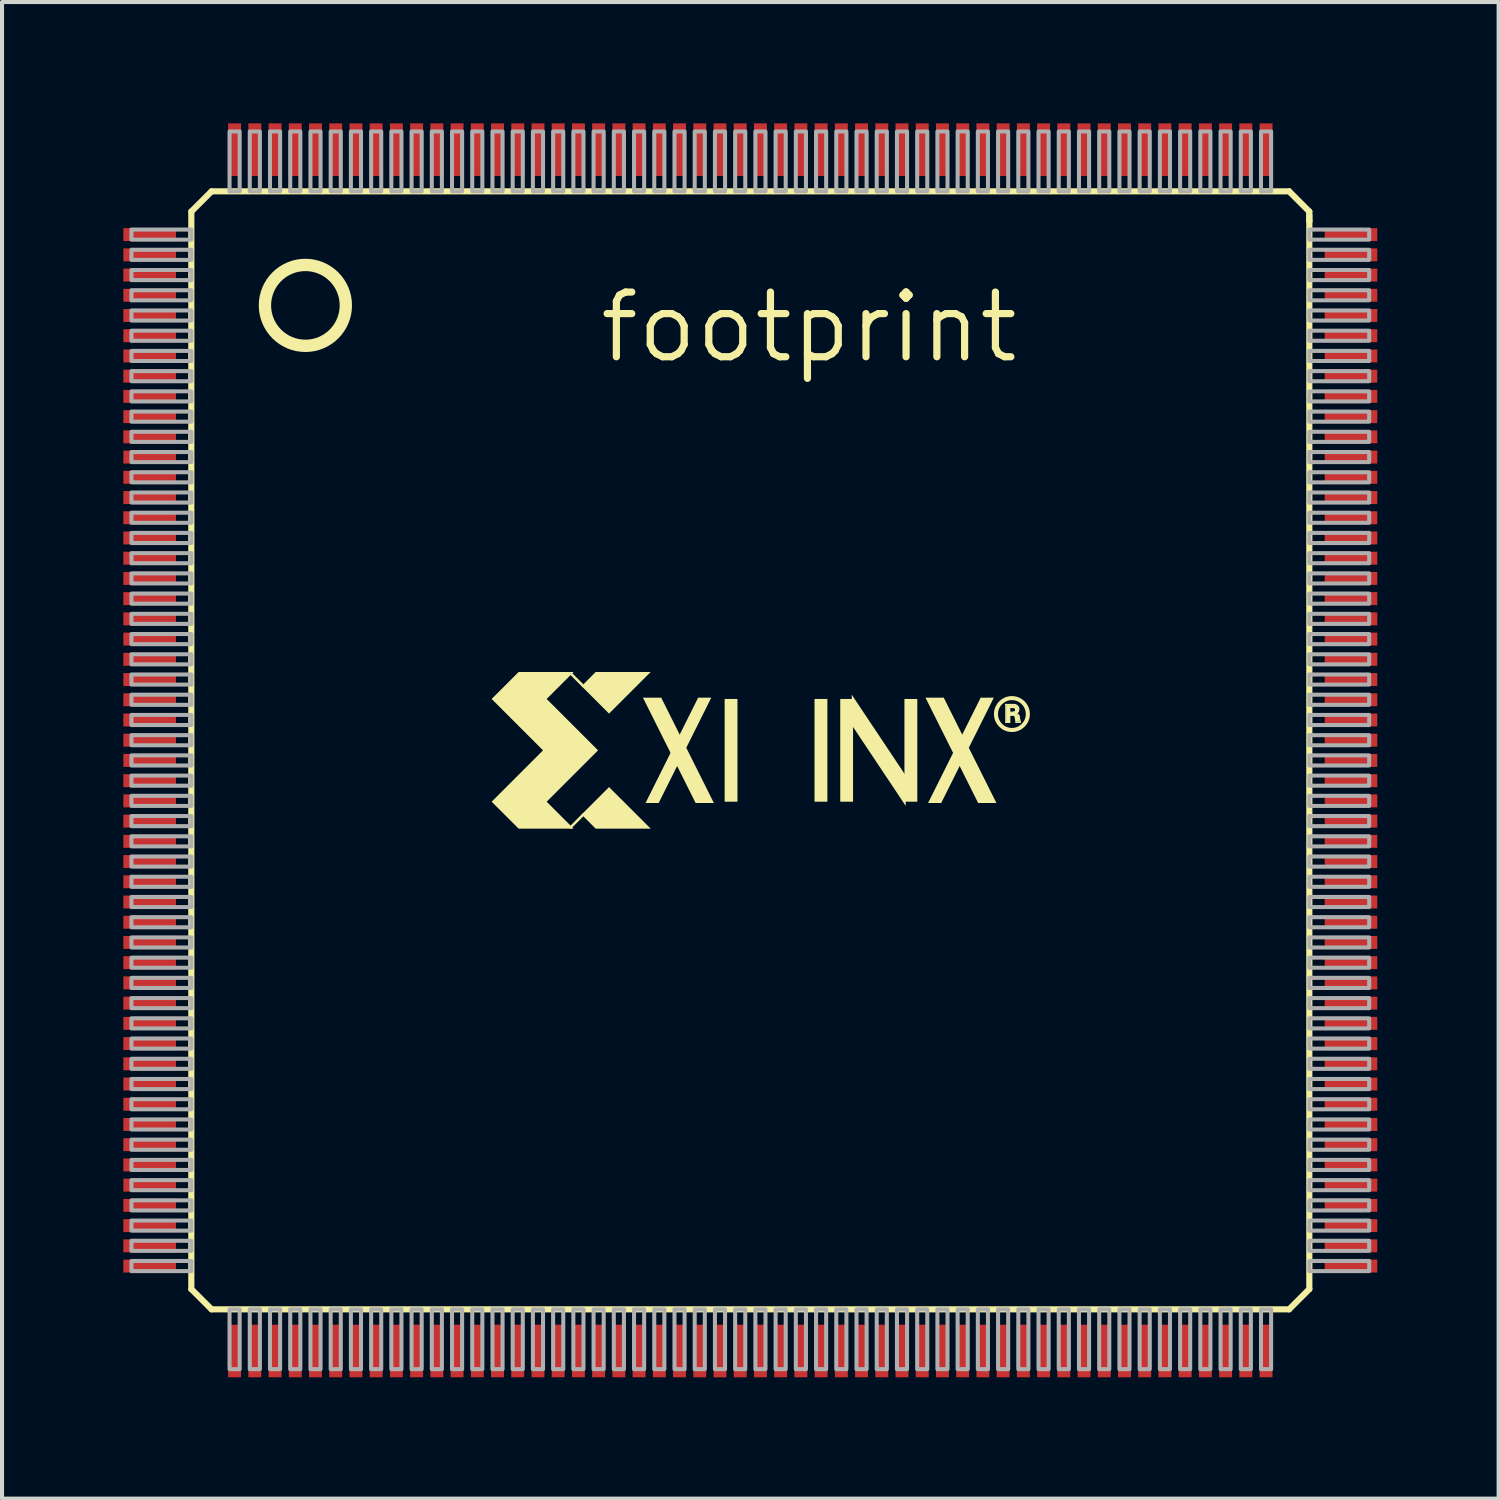
<source format=kicad_pcb>
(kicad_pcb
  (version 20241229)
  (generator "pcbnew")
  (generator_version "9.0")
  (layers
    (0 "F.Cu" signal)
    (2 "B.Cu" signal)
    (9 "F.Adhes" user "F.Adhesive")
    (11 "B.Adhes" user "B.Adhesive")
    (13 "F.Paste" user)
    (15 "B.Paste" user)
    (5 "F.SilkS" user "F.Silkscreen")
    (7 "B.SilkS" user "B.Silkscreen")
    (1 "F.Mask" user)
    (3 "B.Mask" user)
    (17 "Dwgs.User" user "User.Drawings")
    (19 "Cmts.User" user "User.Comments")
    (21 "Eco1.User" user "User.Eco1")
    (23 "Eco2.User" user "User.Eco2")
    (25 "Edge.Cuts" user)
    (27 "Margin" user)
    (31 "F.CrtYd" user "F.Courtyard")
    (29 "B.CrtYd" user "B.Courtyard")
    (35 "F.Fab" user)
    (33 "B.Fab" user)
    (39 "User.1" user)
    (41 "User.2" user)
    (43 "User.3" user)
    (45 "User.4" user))
  (footprint "footprint"
    (layer "F.Cu")
    (at 15.5 15.5)
    (property "Reference" "footprint" (at -3.81 -9.525 0) (layer "F.SilkS") (effects (font (size 1.6 1.6) (thickness 0.178)) (justify left bottom)))
    (fp_line (start -13.82 -13.32) (end -13.32 -13.82) (stroke (width 0.152) (type solid)) (layer "F.SilkS"))
    (fp_line (start -13.82 13.32) (end -13.82 -13.32) (stroke (width 0.152) (type solid)) (layer "F.SilkS"))
    (fp_line (start -13.32 -13.82) (end 13.32 -13.82) (stroke (width 0.152) (type solid)) (layer "F.SilkS"))
    (fp_line (start -13.32 13.82) (end -13.82 13.32) (stroke (width 0.152) (type solid)) (layer "F.SilkS"))
    (fp_line (start -4.445 -1.905) (end -4.128 -1.587) (stroke (width 0.063) (type solid)) (layer "F.SilkS"))
    (fp_line (start -4.445 1.905) (end -4.128 1.587) (stroke (width 0.063) (type solid)) (layer "F.SilkS"))
    (fp_line (start 6.318 -1.132) (end 6.318 -0.693) (stroke (width 0.032) (type solid)) (layer "F.SilkS"))
    (fp_line (start 6.318 -0.693) (end 6.412 -0.693) (stroke (width 0.032) (type solid)) (layer "F.SilkS"))
    (fp_line (start 6.412 -1.061) (end 6.502 -1.061) (stroke (width 0.032) (type solid)) (layer "F.SilkS"))
    (fp_line (start 6.412 -0.942) (end 6.412 -1.061) (stroke (width 0.032) (type solid)) (layer "F.SilkS"))
    (fp_line (start 6.412 -0.871) (end 6.512 -0.868) (stroke (width 0.032) (type solid)) (layer "F.SilkS"))
    (fp_line (start 6.412 -0.693) (end 6.412 -0.871) (stroke (width 0.032) (type solid)) (layer "F.SilkS"))
    (fp_line (start 6.505 -0.942) (end 6.412 -0.942) (stroke (width 0.032) (type solid)) (layer "F.SilkS"))
    (fp_line (start 6.521 -1.132) (end 6.318 -1.132) (stroke (width 0.032) (type solid)) (layer "F.SilkS"))
    (fp_line (start 6.55 -0.829) (end 6.57 -0.693) (stroke (width 0.032) (type solid)) (layer "F.SilkS"))
    (fp_line (start 6.57 -0.693) (end 6.673 -0.693) (stroke (width 0.032) (type solid)) (layer "F.SilkS"))
    (fp_line (start 6.673 -0.693) (end 6.644 -0.839) (stroke (width 0.032) (type solid)) (layer "F.SilkS"))
    (fp_line (start 13.32 -13.82) (end 13.82 -13.32) (stroke (width 0.152) (type solid)) (layer "F.SilkS"))
    (fp_line (start 13.32 13.82) (end -13.32 13.82) (stroke (width 0.152) (type solid)) (layer "F.SilkS"))
    (fp_line (start 13.82 -13.32) (end 13.82 -13.08) (stroke (width 0.152) (type solid)) (layer "F.SilkS"))
    (fp_line (start 13.82 -13.23) (end 13.82 -13.08) (stroke (width 0.152) (type solid)) (layer "F.SilkS"))
    (fp_line (start 13.82 -13.08) (end 13.82 13.32) (stroke (width 0.152) (type solid)) (layer "F.SilkS"))
    (fp_line (start 13.82 13.32) (end 13.32 13.82) (stroke (width 0.152) (type solid)) (layer "F.SilkS"))
    (fp_arc (start 6.5021 -1.0612) (mid 6.5636 -1.002747) (end 6.505198 -0.941199) (stroke (width 0.0322) (type solid)) (layer "F.SilkS"))
    (fp_arc (start 6.5118 -0.8677) (mid 6.538496 -0.855463) (end 6.550801 -0.828799) (stroke (width 0.0322) (type solid)) (layer "F.SilkS"))
    (fp_arc (start 6.5215 -1.1321) (mid 6.63638 -1.03942) (end 6.566698 -0.909299) (stroke (width 0.0322) (type solid)) (layer "F.SilkS"))
    (fp_arc (start 6.5667 -0.9096) (mid 6.617216 -0.88701) (end 6.644201 -0.838699) (stroke (width 0.0322) (type solid)) (layer "F.SilkS"))
    (fp_circle (center -11 -11) (end -10 -11) (stroke (width 0.305) (type solid)) (fill no) (layer "F.SilkS"))
    (fp_circle (center 6.467 -0.897) (end 6.861 -0.897) (stroke (width 0.1) (type solid)) (fill no) (layer "F.SilkS"))
    (fp_poly (pts (xy -3.493 -0.908) (xy -4.172 -1.587) (xy -3.823 -1.937) (xy -2.463 -1.937)) (stroke (width 0) (type solid)) (fill yes) (layer "F.SilkS"))
    (fp_poly (pts (xy -2.463 1.937) (xy -3.823 1.937) (xy -4.172 1.587) (xy -3.493 0.908)) (stroke (width 0) (type solid)) (fill yes) (layer "F.SilkS"))
    (fp_poly (pts (xy -2.266 1.302) (xy -2.591 1.302) (xy -1.29 -1.302) (xy -0.965 -1.302)) (stroke (width 0) (type solid)) (fill yes) (layer "F.SilkS"))
    (fp_poly (pts (xy -0.901 1.302) (xy -1.353 1.302) (xy -2.655 -1.302) (xy -2.203 -1.302)) (stroke (width 0) (type solid)) (fill yes) (layer "F.SilkS"))
    (fp_poly (pts (xy -0.635 1.27) (xy -0.318 1.27) (xy -0.318 -1.27) (xy -0.635 -1.27)) (stroke (width 0) (type solid)) (fill yes) (layer "F.SilkS"))
    (fp_poly (pts (xy 1.587 1.27) (xy 1.905 1.27) (xy 1.905 -1.27) (xy 1.587 -1.27)) (stroke (width 0) (type solid)) (fill yes) (layer "F.SilkS"))
    (fp_poly (pts (xy 2.223 1.27) (xy 2.54 1.27) (xy 2.54 -1.27) (xy 2.223 -1.27)) (stroke (width 0) (type solid)) (fill yes) (layer "F.SilkS"))
    (fp_poly (pts (xy 3.81 1.27) (xy 4.128 1.27) (xy 4.128 -1.27) (xy 3.81 -1.27)) (stroke (width 0) (type solid)) (fill yes) (layer "F.SilkS"))
    (fp_poly (pts (xy 3.842 0.625) (xy 3.842 1.375) (xy 2.508 -0.625) (xy 2.508 -1.375)) (stroke (width 0) (type solid)) (fill yes) (layer "F.SilkS"))
    (fp_poly (pts (xy 4.719 1.302) (xy 4.394 1.302) (xy 5.695 -1.302) (xy 6.02 -1.302)) (stroke (width 0) (type solid)) (fill yes) (layer "F.SilkS"))
    (fp_poly (pts (xy 6.084 1.302) (xy 5.632 1.302) (xy 4.33 -1.302) (xy 4.782 -1.302)) (stroke (width 0) (type solid)) (fill yes) (layer "F.SilkS"))
    (fp_poly (pts (xy 6.325 -0.686) (xy 6.401 -0.686) (xy 6.401 -1.118) (xy 6.325 -1.118)) (stroke (width 0) (type solid)) (fill yes) (layer "F.SilkS"))
    (fp_poly (pts (xy 6.375 -1.067) (xy 6.553 -1.067) (xy 6.553 -1.118) (xy 6.375 -1.118)) (stroke (width 0) (type solid)) (fill yes) (layer "F.SilkS"))
    (fp_poly (pts (xy 6.375 -0.864) (xy 6.579 -0.864) (xy 6.579 -0.94) (xy 6.375 -0.94)) (stroke (width 0) (type solid)) (fill yes) (layer "F.SilkS"))
    (fp_poly (pts (xy 6.632 -0.866) (xy 6.659 -0.708) (xy 6.576 -0.708) (xy 6.523 -0.892) (xy 6.579 -0.892)) (stroke (width 0) (type solid)) (fill yes) (layer "F.SilkS"))
    (fp_poly (pts (xy -5.035 -1.27) (xy -3.765 0) (xy -5.035 1.27) (xy -4.368 1.937) (xy -5.728 1.937) (xy -6.395 1.27) (xy -5.125 0) (xy -6.395 -1.27) (xy -5.728 -1.937) (xy -4.368 -1.937)) (stroke (width 0) (type solid)) (fill yes) (layer "F.SilkS"))
    (fp_poly (pts (xy 6.606 -1.095) (xy 6.633 -1.042) (xy 6.633 -0.964) (xy 6.58 -0.911) (xy 6.524 -0.911) (xy 6.524 -0.941) (xy 6.55 -0.967) (xy 6.55 -1.015) (xy 6.524 -1.066) (xy 6.524 -1.121) (xy 6.554 -1.121)) (stroke (width 0) (type solid)) (fill yes) (layer "F.SilkS"))
    (fp_poly (pts (xy -15.481 -8.623) (xy -14.237 -8.623) (xy -14.237 -8.877) (xy -15.481 -8.877)) (stroke (width 0) (type solid)) (fill yes) (layer "F.Paste"))
    (fp_poly (pts (xy -15.481 0.876) (xy -14.237 0.876) (xy -14.237 0.622) (xy -15.481 0.622)) (stroke (width 0) (type solid)) (fill yes) (layer "F.Paste"))
    (fp_poly (pts (xy -15.481 2.883) (xy -14.237 2.883) (xy -14.237 2.629) (xy -15.481 2.629)) (stroke (width 0) (type solid)) (fill yes) (layer "F.Paste"))
    (fp_poly (pts (xy -15.481 5.88) (xy -14.237 5.88) (xy -14.237 5.626) (xy -15.481 5.626)) (stroke (width 0) (type solid)) (fill yes) (layer "F.Paste"))
    (fp_poly (pts (xy -15.481 10.389) (xy -14.237 10.389) (xy -14.237 10.135) (xy -15.481 10.135)) (stroke (width 0) (type solid)) (fill yes) (layer "F.Paste"))
    (fp_poly (pts (xy -15.481 12.37) (xy -14.237 12.37) (xy -14.237 12.116) (xy -15.481 12.116)) (stroke (width 0) (type solid)) (fill yes) (layer "F.Paste"))
    (fp_poly (pts (xy -15.469 -12.624) (xy -14.224 -12.624) (xy -14.224 -12.878) (xy -15.469 -12.878)) (stroke (width 0) (type solid)) (fill yes) (layer "F.Paste"))
    (fp_poly (pts (xy -15.469 -12.116) (xy -14.224 -12.116) (xy -14.224 -12.37) (xy -15.469 -12.37)) (stroke (width 0) (type solid)) (fill yes) (layer "F.Paste"))
    (fp_poly (pts (xy -15.469 -11.62) (xy -14.224 -11.62) (xy -14.224 -11.874) (xy -15.469 -11.874)) (stroke (width 0) (type solid)) (fill yes) (layer "F.Paste"))
    (fp_poly (pts (xy -15.469 -11.125) (xy -14.224 -11.125) (xy -14.224 -11.379) (xy -15.469 -11.379)) (stroke (width 0) (type solid)) (fill yes) (layer "F.Paste"))
    (fp_poly (pts (xy -15.469 -10.617) (xy -14.224 -10.617) (xy -14.224 -10.871) (xy -15.469 -10.871)) (stroke (width 0) (type solid)) (fill yes) (layer "F.Paste"))
    (fp_poly (pts (xy -15.469 -10.135) (xy -14.224 -10.135) (xy -14.224 -10.389) (xy -15.469 -10.389)) (stroke (width 0) (type solid)) (fill yes) (layer "F.Paste"))
    (fp_poly (pts (xy -15.469 -9.627) (xy -14.224 -9.627) (xy -14.224 -9.881) (xy -15.469 -9.881)) (stroke (width 0) (type solid)) (fill yes) (layer "F.Paste"))
    (fp_poly (pts (xy -15.469 -9.119) (xy -14.224 -9.119) (xy -14.224 -9.373) (xy -15.469 -9.373)) (stroke (width 0) (type solid)) (fill yes) (layer "F.Paste"))
    (fp_poly (pts (xy -15.469 -8.128) (xy -14.224 -8.128) (xy -14.224 -8.382) (xy -15.469 -8.382)) (stroke (width 0) (type solid)) (fill yes) (layer "F.Paste"))
    (fp_poly (pts (xy -15.469 -7.62) (xy -14.224 -7.62) (xy -14.224 -7.874) (xy -15.469 -7.874)) (stroke (width 0) (type solid)) (fill yes) (layer "F.Paste"))
    (fp_poly (pts (xy -15.469 -7.125) (xy -14.224 -7.125) (xy -14.224 -7.379) (xy -15.469 -7.379)) (stroke (width 0) (type solid)) (fill yes) (layer "F.Paste"))
    (fp_poly (pts (xy -15.469 -6.629) (xy -14.224 -6.629) (xy -14.224 -6.883) (xy -15.469 -6.883)) (stroke (width 0) (type solid)) (fill yes) (layer "F.Paste"))
    (fp_poly (pts (xy -15.469 -6.121) (xy -14.224 -6.121) (xy -14.224 -6.375) (xy -15.469 -6.375)) (stroke (width 0) (type solid)) (fill yes) (layer "F.Paste"))
    (fp_poly (pts (xy -15.469 -5.626) (xy -14.224 -5.626) (xy -14.224 -5.88) (xy -15.469 -5.88)) (stroke (width 0) (type solid)) (fill yes) (layer "F.Paste"))
    (fp_poly (pts (xy -15.469 -5.131) (xy -14.224 -5.131) (xy -14.224 -5.385) (xy -15.469 -5.385)) (stroke (width 0) (type solid)) (fill yes) (layer "F.Paste"))
    (fp_poly (pts (xy -15.469 -4.623) (xy -14.224 -4.623) (xy -14.224 -4.877) (xy -15.469 -4.877)) (stroke (width 0) (type solid)) (fill yes) (layer "F.Paste"))
    (fp_poly (pts (xy -15.469 -4.115) (xy -14.224 -4.115) (xy -14.224 -4.369) (xy -15.469 -4.369)) (stroke (width 0) (type solid)) (fill yes) (layer "F.Paste"))
    (fp_poly (pts (xy -15.469 -3.632) (xy -14.224 -3.632) (xy -14.224 -3.886) (xy -15.469 -3.886)) (stroke (width 0) (type solid)) (fill yes) (layer "F.Paste"))
    (fp_poly (pts (xy -15.469 -3.124) (xy -14.224 -3.124) (xy -14.224 -3.378) (xy -15.469 -3.378)) (stroke (width 0) (type solid)) (fill yes) (layer "F.Paste"))
    (fp_poly (pts (xy -15.469 -2.629) (xy -14.224 -2.629) (xy -14.224 -2.883) (xy -15.469 -2.883)) (stroke (width 0) (type solid)) (fill yes) (layer "F.Paste"))
    (fp_poly (pts (xy -15.469 -2.121) (xy -14.224 -2.121) (xy -14.224 -2.375) (xy -15.469 -2.375)) (stroke (width 0) (type solid)) (fill yes) (layer "F.Paste"))
    (fp_poly (pts (xy -15.469 -1.626) (xy -14.224 -1.626) (xy -14.224 -1.88) (xy -15.469 -1.88)) (stroke (width 0) (type solid)) (fill yes) (layer "F.Paste"))
    (fp_poly (pts (xy -15.469 -1.118) (xy -14.224 -1.118) (xy -14.224 -1.372) (xy -15.469 -1.372)) (stroke (width 0) (type solid)) (fill yes) (layer "F.Paste"))
    (fp_poly (pts (xy -15.469 -0.622) (xy -14.224 -0.622) (xy -14.224 -0.876) (xy -15.469 -0.876)) (stroke (width 0) (type solid)) (fill yes) (layer "F.Paste"))
    (fp_poly (pts (xy -15.469 -0.127) (xy -14.224 -0.127) (xy -14.224 -0.381) (xy -15.469 -0.381)) (stroke (width 0) (type solid)) (fill yes) (layer "F.Paste"))
    (fp_poly (pts (xy -15.469 0.368) (xy -14.224 0.368) (xy -14.224 0.114) (xy -15.469 0.114)) (stroke (width 0) (type solid)) (fill yes) (layer "F.Paste"))
    (fp_poly (pts (xy -15.469 1.372) (xy -14.224 1.372) (xy -14.224 1.118) (xy -15.469 1.118)) (stroke (width 0) (type solid)) (fill yes) (layer "F.Paste"))
    (fp_poly (pts (xy -15.469 1.88) (xy -14.224 1.88) (xy -14.224 1.626) (xy -15.469 1.626)) (stroke (width 0) (type solid)) (fill yes) (layer "F.Paste"))
    (fp_poly (pts (xy -15.469 2.375) (xy -14.224 2.375) (xy -14.224 2.121) (xy -15.469 2.121)) (stroke (width 0) (type solid)) (fill yes) (layer "F.Paste"))
    (fp_poly (pts (xy -15.469 3.378) (xy -14.224 3.378) (xy -14.224 3.124) (xy -15.469 3.124)) (stroke (width 0) (type solid)) (fill yes) (layer "F.Paste"))
    (fp_poly (pts (xy -15.469 3.886) (xy -14.224 3.886) (xy -14.224 3.632) (xy -15.469 3.632)) (stroke (width 0) (type solid)) (fill yes) (layer "F.Paste"))
    (fp_poly (pts (xy -15.469 4.369) (xy -14.224 4.369) (xy -14.224 4.115) (xy -15.469 4.115)) (stroke (width 0) (type solid)) (fill yes) (layer "F.Paste"))
    (fp_poly (pts (xy -15.469 4.877) (xy -14.224 4.877) (xy -14.224 4.623) (xy -15.469 4.623)) (stroke (width 0) (type solid)) (fill yes) (layer "F.Paste"))
    (fp_poly (pts (xy -15.469 5.385) (xy -14.224 5.385) (xy -14.224 5.131) (xy -15.469 5.131)) (stroke (width 0) (type solid)) (fill yes) (layer "F.Paste"))
    (fp_poly (pts (xy -15.469 6.375) (xy -14.224 6.375) (xy -14.224 6.121) (xy -15.469 6.121)) (stroke (width 0) (type solid)) (fill yes) (layer "F.Paste"))
    (fp_poly (pts (xy -15.469 6.883) (xy -14.224 6.883) (xy -14.224 6.629) (xy -15.469 6.629)) (stroke (width 0) (type solid)) (fill yes) (layer "F.Paste"))
    (fp_poly (pts (xy -15.469 7.379) (xy -14.224 7.379) (xy -14.224 7.125) (xy -15.469 7.125)) (stroke (width 0) (type solid)) (fill yes) (layer "F.Paste"))
    (fp_poly (pts (xy -15.469 7.874) (xy -14.224 7.874) (xy -14.224 7.62) (xy -15.469 7.62)) (stroke (width 0) (type solid)) (fill yes) (layer "F.Paste"))
    (fp_poly (pts (xy -15.469 8.382) (xy -14.224 8.382) (xy -14.224 8.128) (xy -15.469 8.128)) (stroke (width 0) (type solid)) (fill yes) (layer "F.Paste"))
    (fp_poly (pts (xy -15.469 8.877) (xy -14.224 8.877) (xy -14.224 8.623) (xy -15.469 8.623)) (stroke (width 0) (type solid)) (fill yes) (layer "F.Paste"))
    (fp_poly (pts (xy -15.469 9.373) (xy -14.224 9.373) (xy -14.224 9.119) (xy -15.469 9.119)) (stroke (width 0) (type solid)) (fill yes) (layer "F.Paste"))
    (fp_poly (pts (xy -15.469 9.868) (xy -14.224 9.868) (xy -14.224 9.614) (xy -15.469 9.614)) (stroke (width 0) (type solid)) (fill yes) (layer "F.Paste"))
    (fp_poly (pts (xy -15.469 10.871) (xy -14.224 10.871) (xy -14.224 10.617) (xy -15.469 10.617)) (stroke (width 0) (type solid)) (fill yes) (layer "F.Paste"))
    (fp_poly (pts (xy -15.469 11.379) (xy -14.224 11.379) (xy -14.224 11.125) (xy -15.469 11.125)) (stroke (width 0) (type solid)) (fill yes) (layer "F.Paste"))
    (fp_poly (pts (xy -15.469 11.874) (xy -14.224 11.874) (xy -14.224 11.62) (xy -15.469 11.62)) (stroke (width 0) (type solid)) (fill yes) (layer "F.Paste"))
    (fp_poly (pts (xy -15.469 12.878) (xy -14.224 12.878) (xy -14.224 12.624) (xy -15.469 12.624)) (stroke (width 0) (type solid)) (fill yes) (layer "F.Paste"))
    (fp_poly (pts (xy -12.624 -14.224) (xy -12.624 -15.469) (xy -12.878 -15.469) (xy -12.878 -14.224)) (stroke (width 0) (type solid)) (fill yes) (layer "F.Paste"))
    (fp_poly (pts (xy -12.624 15.469) (xy -12.624 14.224) (xy -12.878 14.224) (xy -12.878 15.469)) (stroke (width 0) (type solid)) (fill yes) (layer "F.Paste"))
    (fp_poly (pts (xy -12.116 -14.224) (xy -12.116 -15.469) (xy -12.37 -15.469) (xy -12.37 -14.224)) (stroke (width 0) (type solid)) (fill yes) (layer "F.Paste"))
    (fp_poly (pts (xy -12.116 15.469) (xy -12.116 14.224) (xy -12.37 14.224) (xy -12.37 15.469)) (stroke (width 0) (type solid)) (fill yes) (layer "F.Paste"))
    (fp_poly (pts (xy -11.62 -14.224) (xy -11.62 -15.469) (xy -11.874 -15.469) (xy -11.874 -14.224)) (stroke (width 0) (type solid)) (fill yes) (layer "F.Paste"))
    (fp_poly (pts (xy -11.62 15.469) (xy -11.62 14.224) (xy -11.874 14.224) (xy -11.874 15.469)) (stroke (width 0) (type solid)) (fill yes) (layer "F.Paste"))
    (fp_poly (pts (xy -11.125 -14.224) (xy -11.125 -15.469) (xy -11.379 -15.469) (xy -11.379 -14.224)) (stroke (width 0) (type solid)) (fill yes) (layer "F.Paste"))
    (fp_poly (pts (xy -11.125 15.469) (xy -11.125 14.224) (xy -11.379 14.224) (xy -11.379 15.469)) (stroke (width 0) (type solid)) (fill yes) (layer "F.Paste"))
    (fp_poly (pts (xy -10.617 -14.224) (xy -10.617 -15.469) (xy -10.871 -15.469) (xy -10.871 -14.224)) (stroke (width 0) (type solid)) (fill yes) (layer "F.Paste"))
    (fp_poly (pts (xy -10.617 15.469) (xy -10.617 14.224) (xy -10.871 14.224) (xy -10.871 15.469)) (stroke (width 0) (type solid)) (fill yes) (layer "F.Paste"))
    (fp_poly (pts (xy -10.135 -14.224) (xy -10.135 -15.469) (xy -10.389 -15.469) (xy -10.389 -14.224)) (stroke (width 0) (type solid)) (fill yes) (layer "F.Paste"))
    (fp_poly (pts (xy -10.135 15.469) (xy -10.135 14.224) (xy -10.389 14.224) (xy -10.389 15.469)) (stroke (width 0) (type solid)) (fill yes) (layer "F.Paste"))
    (fp_poly (pts (xy -9.627 -14.224) (xy -9.627 -15.469) (xy -9.881 -15.469) (xy -9.881 -14.224)) (stroke (width 0) (type solid)) (fill yes) (layer "F.Paste"))
    (fp_poly (pts (xy -9.627 15.469) (xy -9.627 14.224) (xy -9.881 14.224) (xy -9.881 15.469)) (stroke (width 0) (type solid)) (fill yes) (layer "F.Paste"))
    (fp_poly (pts (xy -9.119 -14.224) (xy -9.119 -15.469) (xy -9.373 -15.469) (xy -9.373 -14.224)) (stroke (width 0) (type solid)) (fill yes) (layer "F.Paste"))
    (fp_poly (pts (xy -9.119 15.469) (xy -9.119 14.224) (xy -9.373 14.224) (xy -9.373 15.469)) (stroke (width 0) (type solid)) (fill yes) (layer "F.Paste"))
    (fp_poly (pts (xy -8.623 -14.211) (xy -8.623 -15.456) (xy -8.877 -15.456) (xy -8.877 -14.211)) (stroke (width 0) (type solid)) (fill yes) (layer "F.Paste"))
    (fp_poly (pts (xy -8.623 15.481) (xy -8.623 14.237) (xy -8.877 14.237) (xy -8.877 15.481)) (stroke (width 0) (type solid)) (fill yes) (layer "F.Paste"))
    (fp_poly (pts (xy -8.128 -14.224) (xy -8.128 -15.469) (xy -8.382 -15.469) (xy -8.382 -14.224)) (stroke (width 0) (type solid)) (fill yes) (layer "F.Paste"))
    (fp_poly (pts (xy -8.128 15.469) (xy -8.128 14.224) (xy -8.382 14.224) (xy -8.382 15.469)) (stroke (width 0) (type solid)) (fill yes) (layer "F.Paste"))
    (fp_poly (pts (xy -7.62 -14.224) (xy -7.62 -15.469) (xy -7.874 -15.469) (xy -7.874 -14.224)) (stroke (width 0) (type solid)) (fill yes) (layer "F.Paste"))
    (fp_poly (pts (xy -7.62 15.469) (xy -7.62 14.224) (xy -7.874 14.224) (xy -7.874 15.469)) (stroke (width 0) (type solid)) (fill yes) (layer "F.Paste"))
    (fp_poly (pts (xy -7.125 -14.224) (xy -7.125 -15.469) (xy -7.379 -15.469) (xy -7.379 -14.224)) (stroke (width 0) (type solid)) (fill yes) (layer "F.Paste"))
    (fp_poly (pts (xy -7.125 15.469) (xy -7.125 14.224) (xy -7.379 14.224) (xy -7.379 15.469)) (stroke (width 0) (type solid)) (fill yes) (layer "F.Paste"))
    (fp_poly (pts (xy -6.629 -14.224) (xy -6.629 -15.469) (xy -6.883 -15.469) (xy -6.883 -14.224)) (stroke (width 0) (type solid)) (fill yes) (layer "F.Paste"))
    (fp_poly (pts (xy -6.629 15.469) (xy -6.629 14.224) (xy -6.883 14.224) (xy -6.883 15.469)) (stroke (width 0) (type solid)) (fill yes) (layer "F.Paste"))
    (fp_poly (pts (xy -6.121 -14.224) (xy -6.121 -15.469) (xy -6.375 -15.469) (xy -6.375 -14.224)) (stroke (width 0) (type solid)) (fill yes) (layer "F.Paste"))
    (fp_poly (pts (xy -6.121 15.469) (xy -6.121 14.224) (xy -6.375 14.224) (xy -6.375 15.469)) (stroke (width 0) (type solid)) (fill yes) (layer "F.Paste"))
    (fp_poly (pts (xy -5.626 -14.224) (xy -5.626 -15.469) (xy -5.88 -15.469) (xy -5.88 -14.224)) (stroke (width 0) (type solid)) (fill yes) (layer "F.Paste"))
    (fp_poly (pts (xy -5.626 15.469) (xy -5.626 14.224) (xy -5.88 14.224) (xy -5.88 15.469)) (stroke (width 0) (type solid)) (fill yes) (layer "F.Paste"))
    (fp_poly (pts (xy -5.131 -14.224) (xy -5.131 -15.469) (xy -5.385 -15.469) (xy -5.385 -14.224)) (stroke (width 0) (type solid)) (fill yes) (layer "F.Paste"))
    (fp_poly (pts (xy -5.131 15.469) (xy -5.131 14.224) (xy -5.385 14.224) (xy -5.385 15.469)) (stroke (width 0) (type solid)) (fill yes) (layer "F.Paste"))
    (fp_poly (pts (xy -4.623 -14.224) (xy -4.623 -15.469) (xy -4.877 -15.469) (xy -4.877 -14.224)) (stroke (width 0) (type solid)) (fill yes) (layer "F.Paste"))
    (fp_poly (pts (xy -4.623 15.469) (xy -4.623 14.224) (xy -4.877 14.224) (xy -4.877 15.469)) (stroke (width 0) (type solid)) (fill yes) (layer "F.Paste"))
    (fp_poly (pts (xy -4.115 -14.224) (xy -4.115 -15.469) (xy -4.369 -15.469) (xy -4.369 -14.224)) (stroke (width 0) (type solid)) (fill yes) (layer "F.Paste"))
    (fp_poly (pts (xy -4.115 15.469) (xy -4.115 14.224) (xy -4.369 14.224) (xy -4.369 15.469)) (stroke (width 0) (type solid)) (fill yes) (layer "F.Paste"))
    (fp_poly (pts (xy -3.632 -14.224) (xy -3.632 -15.469) (xy -3.886 -15.469) (xy -3.886 -14.224)) (stroke (width 0) (type solid)) (fill yes) (layer "F.Paste"))
    (fp_poly (pts (xy -3.632 15.469) (xy -3.632 14.224) (xy -3.886 14.224) (xy -3.886 15.469)) (stroke (width 0) (type solid)) (fill yes) (layer "F.Paste"))
    (fp_poly (pts (xy -3.124 -14.224) (xy -3.124 -15.469) (xy -3.378 -15.469) (xy -3.378 -14.224)) (stroke (width 0) (type solid)) (fill yes) (layer "F.Paste"))
    (fp_poly (pts (xy -3.124 15.469) (xy -3.124 14.224) (xy -3.378 14.224) (xy -3.378 15.469)) (stroke (width 0) (type solid)) (fill yes) (layer "F.Paste"))
    (fp_poly (pts (xy -2.629 -14.224) (xy -2.629 -15.469) (xy -2.883 -15.469) (xy -2.883 -14.224)) (stroke (width 0) (type solid)) (fill yes) (layer "F.Paste"))
    (fp_poly (pts (xy -2.629 15.469) (xy -2.629 14.224) (xy -2.883 14.224) (xy -2.883 15.469)) (stroke (width 0) (type solid)) (fill yes) (layer "F.Paste"))
    (fp_poly (pts (xy -2.121 -14.224) (xy -2.121 -15.469) (xy -2.375 -15.469) (xy -2.375 -14.224)) (stroke (width 0) (type solid)) (fill yes) (layer "F.Paste"))
    (fp_poly (pts (xy -2.121 15.469) (xy -2.121 14.224) (xy -2.375 14.224) (xy -2.375 15.469)) (stroke (width 0) (type solid)) (fill yes) (layer "F.Paste"))
    (fp_poly (pts (xy -1.626 -14.224) (xy -1.626 -15.469) (xy -1.88 -15.469) (xy -1.88 -14.224)) (stroke (width 0) (type solid)) (fill yes) (layer "F.Paste"))
    (fp_poly (pts (xy -1.626 15.469) (xy -1.626 14.224) (xy -1.88 14.224) (xy -1.88 15.469)) (stroke (width 0) (type solid)) (fill yes) (layer "F.Paste"))
    (fp_poly (pts (xy -1.118 -14.224) (xy -1.118 -15.469) (xy -1.372 -15.469) (xy -1.372 -14.224)) (stroke (width 0) (type solid)) (fill yes) (layer "F.Paste"))
    (fp_poly (pts (xy -1.118 15.469) (xy -1.118 14.224) (xy -1.372 14.224) (xy -1.372 15.469)) (stroke (width 0) (type solid)) (fill yes) (layer "F.Paste"))
    (fp_poly (pts (xy -0.622 -14.224) (xy -0.622 -15.469) (xy -0.876 -15.469) (xy -0.876 -14.224)) (stroke (width 0) (type solid)) (fill yes) (layer "F.Paste"))
    (fp_poly (pts (xy -0.622 15.469) (xy -0.622 14.224) (xy -0.876 14.224) (xy -0.876 15.469)) (stroke (width 0) (type solid)) (fill yes) (layer "F.Paste"))
    (fp_poly (pts (xy -0.127 -14.224) (xy -0.127 -15.469) (xy -0.381 -15.469) (xy -0.381 -14.224)) (stroke (width 0) (type solid)) (fill yes) (layer "F.Paste"))
    (fp_poly (pts (xy -0.127 15.469) (xy -0.127 14.224) (xy -0.381 14.224) (xy -0.381 15.469)) (stroke (width 0) (type solid)) (fill yes) (layer "F.Paste"))
    (fp_poly (pts (xy 0.368 -14.224) (xy 0.368 -15.469) (xy 0.114 -15.469) (xy 0.114 -14.224)) (stroke (width 0) (type solid)) (fill yes) (layer "F.Paste"))
    (fp_poly (pts (xy 0.368 15.469) (xy 0.368 14.224) (xy 0.114 14.224) (xy 0.114 15.469)) (stroke (width 0) (type solid)) (fill yes) (layer "F.Paste"))
    (fp_poly (pts (xy 0.876 -14.211) (xy 0.876 -15.456) (xy 0.622 -15.456) (xy 0.622 -14.211)) (stroke (width 0) (type solid)) (fill yes) (layer "F.Paste"))
    (fp_poly (pts (xy 0.876 15.481) (xy 0.876 14.237) (xy 0.622 14.237) (xy 0.622 15.481)) (stroke (width 0) (type solid)) (fill yes) (layer "F.Paste"))
    (fp_poly (pts (xy 1.372 -14.224) (xy 1.372 -15.469) (xy 1.118 -15.469) (xy 1.118 -14.224)) (stroke (width 0) (type solid)) (fill yes) (layer "F.Paste"))
    (fp_poly (pts (xy 1.372 15.469) (xy 1.372 14.224) (xy 1.118 14.224) (xy 1.118 15.469)) (stroke (width 0) (type solid)) (fill yes) (layer "F.Paste"))
    (fp_poly (pts (xy 1.88 -14.224) (xy 1.88 -15.469) (xy 1.626 -15.469) (xy 1.626 -14.224)) (stroke (width 0) (type solid)) (fill yes) (layer "F.Paste"))
    (fp_poly (pts (xy 1.88 15.469) (xy 1.88 14.224) (xy 1.626 14.224) (xy 1.626 15.469)) (stroke (width 0) (type solid)) (fill yes) (layer "F.Paste"))
    (fp_poly (pts (xy 2.375 -14.224) (xy 2.375 -15.469) (xy 2.121 -15.469) (xy 2.121 -14.224)) (stroke (width 0) (type solid)) (fill yes) (layer "F.Paste"))
    (fp_poly (pts (xy 2.375 15.469) (xy 2.375 14.224) (xy 2.121 14.224) (xy 2.121 15.469)) (stroke (width 0) (type solid)) (fill yes) (layer "F.Paste"))
    (fp_poly (pts (xy 2.883 -14.211) (xy 2.883 -15.456) (xy 2.629 -15.456) (xy 2.629 -14.211)) (stroke (width 0) (type solid)) (fill yes) (layer "F.Paste"))
    (fp_poly (pts (xy 2.883 15.481) (xy 2.883 14.237) (xy 2.629 14.237) (xy 2.629 15.481)) (stroke (width 0) (type solid)) (fill yes) (layer "F.Paste"))
    (fp_poly (pts (xy 3.378 -14.224) (xy 3.378 -15.469) (xy 3.124 -15.469) (xy 3.124 -14.224)) (stroke (width 0) (type solid)) (fill yes) (layer "F.Paste"))
    (fp_poly (pts (xy 3.378 15.469) (xy 3.378 14.224) (xy 3.124 14.224) (xy 3.124 15.469)) (stroke (width 0) (type solid)) (fill yes) (layer "F.Paste"))
    (fp_poly (pts (xy 3.886 -14.224) (xy 3.886 -15.469) (xy 3.632 -15.469) (xy 3.632 -14.224)) (stroke (width 0) (type solid)) (fill yes) (layer "F.Paste"))
    (fp_poly (pts (xy 3.886 15.469) (xy 3.886 14.224) (xy 3.632 14.224) (xy 3.632 15.469)) (stroke (width 0) (type solid)) (fill yes) (layer "F.Paste"))
    (fp_poly (pts (xy 4.369 -14.224) (xy 4.369 -15.469) (xy 4.115 -15.469) (xy 4.115 -14.224)) (stroke (width 0) (type solid)) (fill yes) (layer "F.Paste"))
    (fp_poly (pts (xy 4.369 15.469) (xy 4.369 14.224) (xy 4.115 14.224) (xy 4.115 15.469)) (stroke (width 0) (type solid)) (fill yes) (layer "F.Paste"))
    (fp_poly (pts (xy 4.877 -14.224) (xy 4.877 -15.469) (xy 4.623 -15.469) (xy 4.623 -14.224)) (stroke (width 0) (type solid)) (fill yes) (layer "F.Paste"))
    (fp_poly (pts (xy 4.877 15.469) (xy 4.877 14.224) (xy 4.623 14.224) (xy 4.623 15.469)) (stroke (width 0) (type solid)) (fill yes) (layer "F.Paste"))
    (fp_poly (pts (xy 5.385 -14.224) (xy 5.385 -15.469) (xy 5.131 -15.469) (xy 5.131 -14.224)) (stroke (width 0) (type solid)) (fill yes) (layer "F.Paste"))
    (fp_poly (pts (xy 5.385 15.469) (xy 5.385 14.224) (xy 5.131 14.224) (xy 5.131 15.469)) (stroke (width 0) (type solid)) (fill yes) (layer "F.Paste"))
    (fp_poly (pts (xy 5.88 -14.211) (xy 5.88 -15.456) (xy 5.626 -15.456) (xy 5.626 -14.211)) (stroke (width 0) (type solid)) (fill yes) (layer "F.Paste"))
    (fp_poly (pts (xy 5.88 15.481) (xy 5.88 14.237) (xy 5.626 14.237) (xy 5.626 15.481)) (stroke (width 0) (type solid)) (fill yes) (layer "F.Paste"))
    (fp_poly (pts (xy 6.375 -14.224) (xy 6.375 -15.469) (xy 6.121 -15.469) (xy 6.121 -14.224)) (stroke (width 0) (type solid)) (fill yes) (layer "F.Paste"))
    (fp_poly (pts (xy 6.375 15.469) (xy 6.375 14.224) (xy 6.121 14.224) (xy 6.121 15.469)) (stroke (width 0) (type solid)) (fill yes) (layer "F.Paste"))
    (fp_poly (pts (xy 6.883 -14.224) (xy 6.883 -15.469) (xy 6.629 -15.469) (xy 6.629 -14.224)) (stroke (width 0) (type solid)) (fill yes) (layer "F.Paste"))
    (fp_poly (pts (xy 6.883 15.469) (xy 6.883 14.224) (xy 6.629 14.224) (xy 6.629 15.469)) (stroke (width 0) (type solid)) (fill yes) (layer "F.Paste"))
    (fp_poly (pts (xy 7.379 -14.224) (xy 7.379 -15.469) (xy 7.125 -15.469) (xy 7.125 -14.224)) (stroke (width 0) (type solid)) (fill yes) (layer "F.Paste"))
    (fp_poly (pts (xy 7.379 15.469) (xy 7.379 14.224) (xy 7.125 14.224) (xy 7.125 15.469)) (stroke (width 0) (type solid)) (fill yes) (layer "F.Paste"))
    (fp_poly (pts (xy 7.874 -14.224) (xy 7.874 -15.469) (xy 7.62 -15.469) (xy 7.62 -14.224)) (stroke (width 0) (type solid)) (fill yes) (layer "F.Paste"))
    (fp_poly (pts (xy 7.874 15.469) (xy 7.874 14.224) (xy 7.62 14.224) (xy 7.62 15.469)) (stroke (width 0) (type solid)) (fill yes) (layer "F.Paste"))
    (fp_poly (pts (xy 8.382 -14.224) (xy 8.382 -15.469) (xy 8.128 -15.469) (xy 8.128 -14.224)) (stroke (width 0) (type solid)) (fill yes) (layer "F.Paste"))
    (fp_poly (pts (xy 8.382 15.469) (xy 8.382 14.224) (xy 8.128 14.224) (xy 8.128 15.469)) (stroke (width 0) (type solid)) (fill yes) (layer "F.Paste"))
    (fp_poly (pts (xy 8.877 -14.224) (xy 8.877 -15.469) (xy 8.623 -15.469) (xy 8.623 -14.224)) (stroke (width 0) (type solid)) (fill yes) (layer "F.Paste"))
    (fp_poly (pts (xy 8.877 15.469) (xy 8.877 14.224) (xy 8.623 14.224) (xy 8.623 15.469)) (stroke (width 0) (type solid)) (fill yes) (layer "F.Paste"))
    (fp_poly (pts (xy 9.373 -14.224) (xy 9.373 -15.469) (xy 9.119 -15.469) (xy 9.119 -14.224)) (stroke (width 0) (type solid)) (fill yes) (layer "F.Paste"))
    (fp_poly (pts (xy 9.373 15.469) (xy 9.373 14.224) (xy 9.119 14.224) (xy 9.119 15.469)) (stroke (width 0) (type solid)) (fill yes) (layer "F.Paste"))
    (fp_poly (pts (xy 9.868 -14.224) (xy 9.868 -15.469) (xy 9.614 -15.469) (xy 9.614 -14.224)) (stroke (width 0) (type solid)) (fill yes) (layer "F.Paste"))
    (fp_poly (pts (xy 9.868 15.469) (xy 9.868 14.224) (xy 9.614 14.224) (xy 9.614 15.469)) (stroke (width 0) (type solid)) (fill yes) (layer "F.Paste"))
    (fp_poly (pts (xy 10.389 -14.211) (xy 10.389 -15.456) (xy 10.135 -15.456) (xy 10.135 -14.211)) (stroke (width 0) (type solid)) (fill yes) (layer "F.Paste"))
    (fp_poly (pts (xy 10.389 15.481) (xy 10.389 14.237) (xy 10.135 14.237) (xy 10.135 15.481)) (stroke (width 0) (type solid)) (fill yes) (layer "F.Paste"))
    (fp_poly (pts (xy 10.871 -14.224) (xy 10.871 -15.469) (xy 10.617 -15.469) (xy 10.617 -14.224)) (stroke (width 0) (type solid)) (fill yes) (layer "F.Paste"))
    (fp_poly (pts (xy 10.871 15.469) (xy 10.871 14.224) (xy 10.617 14.224) (xy 10.617 15.469)) (stroke (width 0) (type solid)) (fill yes) (layer "F.Paste"))
    (fp_poly (pts (xy 11.379 -14.224) (xy 11.379 -15.469) (xy 11.125 -15.469) (xy 11.125 -14.224)) (stroke (width 0) (type solid)) (fill yes) (layer "F.Paste"))
    (fp_poly (pts (xy 11.379 15.469) (xy 11.379 14.224) (xy 11.125 14.224) (xy 11.125 15.469)) (stroke (width 0) (type solid)) (fill yes) (layer "F.Paste"))
    (fp_poly (pts (xy 11.874 -14.224) (xy 11.874 -15.469) (xy 11.62 -15.469) (xy 11.62 -14.224)) (stroke (width 0) (type solid)) (fill yes) (layer "F.Paste"))
    (fp_poly (pts (xy 11.874 15.469) (xy 11.874 14.224) (xy 11.62 14.224) (xy 11.62 15.469)) (stroke (width 0) (type solid)) (fill yes) (layer "F.Paste"))
    (fp_poly (pts (xy 12.37 -14.211) (xy 12.37 -15.456) (xy 12.116 -15.456) (xy 12.116 -14.211)) (stroke (width 0) (type solid)) (fill yes) (layer "F.Paste"))
    (fp_poly (pts (xy 12.37 15.481) (xy 12.37 14.237) (xy 12.116 14.237) (xy 12.116 15.481)) (stroke (width 0) (type solid)) (fill yes) (layer "F.Paste"))
    (fp_poly (pts (xy 12.878 -14.224) (xy 12.878 -15.469) (xy 12.624 -15.469) (xy 12.624 -14.224)) (stroke (width 0) (type solid)) (fill yes) (layer "F.Paste"))
    (fp_poly (pts (xy 12.878 15.469) (xy 12.878 14.224) (xy 12.624 14.224) (xy 12.624 15.469)) (stroke (width 0) (type solid)) (fill yes) (layer "F.Paste"))
    (fp_poly (pts (xy 14.224 -8.623) (xy 15.469 -8.623) (xy 15.469 -8.877) (xy 14.224 -8.877)) (stroke (width 0) (type solid)) (fill yes) (layer "F.Paste"))
    (fp_poly (pts (xy 14.224 0.876) (xy 15.469 0.876) (xy 15.469 0.622) (xy 14.224 0.622)) (stroke (width 0) (type solid)) (fill yes) (layer "F.Paste"))
    (fp_poly (pts (xy 14.224 2.883) (xy 15.469 2.883) (xy 15.469 2.629) (xy 14.224 2.629)) (stroke (width 0) (type solid)) (fill yes) (layer "F.Paste"))
    (fp_poly (pts (xy 14.224 5.88) (xy 15.469 5.88) (xy 15.469 5.626) (xy 14.224 5.626)) (stroke (width 0) (type solid)) (fill yes) (layer "F.Paste"))
    (fp_poly (pts (xy 14.224 10.389) (xy 15.469 10.389) (xy 15.469 10.135) (xy 14.224 10.135)) (stroke (width 0) (type solid)) (fill yes) (layer "F.Paste"))
    (fp_poly (pts (xy 14.224 12.37) (xy 15.469 12.37) (xy 15.469 12.116) (xy 14.224 12.116)) (stroke (width 0) (type solid)) (fill yes) (layer "F.Paste"))
    (fp_poly (pts (xy 14.237 -12.624) (xy 15.481 -12.624) (xy 15.481 -12.878) (xy 14.237 -12.878)) (stroke (width 0) (type solid)) (fill yes) (layer "F.Paste"))
    (fp_poly (pts (xy 14.237 -12.116) (xy 15.481 -12.116) (xy 15.481 -12.37) (xy 14.237 -12.37)) (stroke (width 0) (type solid)) (fill yes) (layer "F.Paste"))
    (fp_poly (pts (xy 14.237 -11.62) (xy 15.481 -11.62) (xy 15.481 -11.874) (xy 14.237 -11.874)) (stroke (width 0) (type solid)) (fill yes) (layer "F.Paste"))
    (fp_poly (pts (xy 14.237 -11.125) (xy 15.481 -11.125) (xy 15.481 -11.379) (xy 14.237 -11.379)) (stroke (width 0) (type solid)) (fill yes) (layer "F.Paste"))
    (fp_poly (pts (xy 14.237 -10.617) (xy 15.481 -10.617) (xy 15.481 -10.871) (xy 14.237 -10.871)) (stroke (width 0) (type solid)) (fill yes) (layer "F.Paste"))
    (fp_poly (pts (xy 14.237 -10.135) (xy 15.481 -10.135) (xy 15.481 -10.389) (xy 14.237 -10.389)) (stroke (width 0) (type solid)) (fill yes) (layer "F.Paste"))
    (fp_poly (pts (xy 14.237 -9.627) (xy 15.481 -9.627) (xy 15.481 -9.881) (xy 14.237 -9.881)) (stroke (width 0) (type solid)) (fill yes) (layer "F.Paste"))
    (fp_poly (pts (xy 14.237 -9.119) (xy 15.481 -9.119) (xy 15.481 -9.373) (xy 14.237 -9.373)) (stroke (width 0) (type solid)) (fill yes) (layer "F.Paste"))
    (fp_poly (pts (xy 14.237 -8.128) (xy 15.481 -8.128) (xy 15.481 -8.382) (xy 14.237 -8.382)) (stroke (width 0) (type solid)) (fill yes) (layer "F.Paste"))
    (fp_poly (pts (xy 14.237 -7.62) (xy 15.481 -7.62) (xy 15.481 -7.874) (xy 14.237 -7.874)) (stroke (width 0) (type solid)) (fill yes) (layer "F.Paste"))
    (fp_poly (pts (xy 14.237 -7.125) (xy 15.481 -7.125) (xy 15.481 -7.379) (xy 14.237 -7.379)) (stroke (width 0) (type solid)) (fill yes) (layer "F.Paste"))
    (fp_poly (pts (xy 14.237 -6.629) (xy 15.481 -6.629) (xy 15.481 -6.883) (xy 14.237 -6.883)) (stroke (width 0) (type solid)) (fill yes) (layer "F.Paste"))
    (fp_poly (pts (xy 14.237 -6.121) (xy 15.481 -6.121) (xy 15.481 -6.375) (xy 14.237 -6.375)) (stroke (width 0) (type solid)) (fill yes) (layer "F.Paste"))
    (fp_poly (pts (xy 14.237 -5.626) (xy 15.481 -5.626) (xy 15.481 -5.88) (xy 14.237 -5.88)) (stroke (width 0) (type solid)) (fill yes) (layer "F.Paste"))
    (fp_poly (pts (xy 14.237 -5.131) (xy 15.481 -5.131) (xy 15.481 -5.385) (xy 14.237 -5.385)) (stroke (width 0) (type solid)) (fill yes) (layer "F.Paste"))
    (fp_poly (pts (xy 14.237 -4.623) (xy 15.481 -4.623) (xy 15.481 -4.877) (xy 14.237 -4.877)) (stroke (width 0) (type solid)) (fill yes) (layer "F.Paste"))
    (fp_poly (pts (xy 14.237 -4.115) (xy 15.481 -4.115) (xy 15.481 -4.369) (xy 14.237 -4.369)) (stroke (width 0) (type solid)) (fill yes) (layer "F.Paste"))
    (fp_poly (pts (xy 14.237 -3.632) (xy 15.481 -3.632) (xy 15.481 -3.886) (xy 14.237 -3.886)) (stroke (width 0) (type solid)) (fill yes) (layer "F.Paste"))
    (fp_poly (pts (xy 14.237 -3.124) (xy 15.481 -3.124) (xy 15.481 -3.378) (xy 14.237 -3.378)) (stroke (width 0) (type solid)) (fill yes) (layer "F.Paste"))
    (fp_poly (pts (xy 14.237 -2.629) (xy 15.481 -2.629) (xy 15.481 -2.883) (xy 14.237 -2.883)) (stroke (width 0) (type solid)) (fill yes) (layer "F.Paste"))
    (fp_poly (pts (xy 14.237 -2.121) (xy 15.481 -2.121) (xy 15.481 -2.375) (xy 14.237 -2.375)) (stroke (width 0) (type solid)) (fill yes) (layer "F.Paste"))
    (fp_poly (pts (xy 14.237 -1.626) (xy 15.481 -1.626) (xy 15.481 -1.88) (xy 14.237 -1.88)) (stroke (width 0) (type solid)) (fill yes) (layer "F.Paste"))
    (fp_poly (pts (xy 14.237 -1.118) (xy 15.481 -1.118) (xy 15.481 -1.372) (xy 14.237 -1.372)) (stroke (width 0) (type solid)) (fill yes) (layer "F.Paste"))
    (fp_poly (pts (xy 14.237 -0.622) (xy 15.481 -0.622) (xy 15.481 -0.876) (xy 14.237 -0.876)) (stroke (width 0) (type solid)) (fill yes) (layer "F.Paste"))
    (fp_poly (pts (xy 14.237 -0.127) (xy 15.481 -0.127) (xy 15.481 -0.381) (xy 14.237 -0.381)) (stroke (width 0) (type solid)) (fill yes) (layer "F.Paste"))
    (fp_poly (pts (xy 14.237 0.368) (xy 15.481 0.368) (xy 15.481 0.114) (xy 14.237 0.114)) (stroke (width 0) (type solid)) (fill yes) (layer "F.Paste"))
    (fp_poly (pts (xy 14.237 1.372) (xy 15.481 1.372) (xy 15.481 1.118) (xy 14.237 1.118)) (stroke (width 0) (type solid)) (fill yes) (layer "F.Paste"))
    (fp_poly (pts (xy 14.237 1.88) (xy 15.481 1.88) (xy 15.481 1.626) (xy 14.237 1.626)) (stroke (width 0) (type solid)) (fill yes) (layer "F.Paste"))
    (fp_poly (pts (xy 14.237 2.375) (xy 15.481 2.375) (xy 15.481 2.121) (xy 14.237 2.121)) (stroke (width 0) (type solid)) (fill yes) (layer "F.Paste"))
    (fp_poly (pts (xy 14.237 3.378) (xy 15.481 3.378) (xy 15.481 3.124) (xy 14.237 3.124)) (stroke (width 0) (type solid)) (fill yes) (layer "F.Paste"))
    (fp_poly (pts (xy 14.237 3.886) (xy 15.481 3.886) (xy 15.481 3.632) (xy 14.237 3.632)) (stroke (width 0) (type solid)) (fill yes) (layer "F.Paste"))
    (fp_poly (pts (xy 14.237 4.369) (xy 15.481 4.369) (xy 15.481 4.115) (xy 14.237 4.115)) (stroke (width 0) (type solid)) (fill yes) (layer "F.Paste"))
    (fp_poly (pts (xy 14.237 4.877) (xy 15.481 4.877) (xy 15.481 4.623) (xy 14.237 4.623)) (stroke (width 0) (type solid)) (fill yes) (layer "F.Paste"))
    (fp_poly (pts (xy 14.237 5.385) (xy 15.481 5.385) (xy 15.481 5.131) (xy 14.237 5.131)) (stroke (width 0) (type solid)) (fill yes) (layer "F.Paste"))
    (fp_poly (pts (xy 14.237 6.375) (xy 15.481 6.375) (xy 15.481 6.121) (xy 14.237 6.121)) (stroke (width 0) (type solid)) (fill yes) (layer "F.Paste"))
    (fp_poly (pts (xy 14.237 6.883) (xy 15.481 6.883) (xy 15.481 6.629) (xy 14.237 6.629)) (stroke (width 0) (type solid)) (fill yes) (layer "F.Paste"))
    (fp_poly (pts (xy 14.237 7.379) (xy 15.481 7.379) (xy 15.481 7.125) (xy 14.237 7.125)) (stroke (width 0) (type solid)) (fill yes) (layer "F.Paste"))
    (fp_poly (pts (xy 14.237 7.874) (xy 15.481 7.874) (xy 15.481 7.62) (xy 14.237 7.62)) (stroke (width 0) (type solid)) (fill yes) (layer "F.Paste"))
    (fp_poly (pts (xy 14.237 8.382) (xy 15.481 8.382) (xy 15.481 8.128) (xy 14.237 8.128)) (stroke (width 0) (type solid)) (fill yes) (layer "F.Paste"))
    (fp_poly (pts (xy 14.237 8.877) (xy 15.481 8.877) (xy 15.481 8.623) (xy 14.237 8.623)) (stroke (width 0) (type solid)) (fill yes) (layer "F.Paste"))
    (fp_poly (pts (xy 14.237 9.373) (xy 15.481 9.373) (xy 15.481 9.119) (xy 14.237 9.119)) (stroke (width 0) (type solid)) (fill yes) (layer "F.Paste"))
    (fp_poly (pts (xy 14.237 9.868) (xy 15.481 9.868) (xy 15.481 9.614) (xy 14.237 9.614)) (stroke (width 0) (type solid)) (fill yes) (layer "F.Paste"))
    (fp_poly (pts (xy 14.237 10.871) (xy 15.481 10.871) (xy 15.481 10.617) (xy 14.237 10.617)) (stroke (width 0) (type solid)) (fill yes) (layer "F.Paste"))
    (fp_poly (pts (xy 14.237 11.379) (xy 15.481 11.379) (xy 15.481 11.125) (xy 14.237 11.125)) (stroke (width 0) (type solid)) (fill yes) (layer "F.Paste"))
    (fp_poly (pts (xy 14.237 11.874) (xy 15.481 11.874) (xy 15.481 11.62) (xy 14.237 11.62)) (stroke (width 0) (type solid)) (fill yes) (layer "F.Paste"))
    (fp_poly (pts (xy 14.237 12.878) (xy 15.481 12.878) (xy 15.481 12.624) (xy 14.237 12.624)) (stroke (width 0) (type solid)) (fill yes) (layer "F.Paste"))
    (fp_poly (pts (xy -15.3 -12.625) (xy -13.82 -12.625) (xy -13.82 -12.875) (xy -15.3 -12.875)) (stroke (width 0.1) (type solid)) (fill no) (layer "F.Fab"))
    (fp_poly (pts (xy -15.3 -12.125) (xy -13.82 -12.125) (xy -13.82 -12.375) (xy -15.3 -12.375)) (stroke (width 0.1) (type solid)) (fill no) (layer "F.Fab"))
    (fp_poly (pts (xy -15.3 -11.625) (xy -13.82 -11.625) (xy -13.82 -11.875) (xy -15.3 -11.875)) (stroke (width 0.1) (type solid)) (fill no) (layer "F.Fab"))
    (fp_poly (pts (xy -15.3 -11.125) (xy -13.82 -11.125) (xy -13.82 -11.375) (xy -15.3 -11.375)) (stroke (width 0.1) (type solid)) (fill no) (layer "F.Fab"))
    (fp_poly (pts (xy -15.3 -10.625) (xy -13.82 -10.625) (xy -13.82 -10.875) (xy -15.3 -10.875)) (stroke (width 0.1) (type solid)) (fill no) (layer "F.Fab"))
    (fp_poly (pts (xy -15.3 -10.125) (xy -13.82 -10.125) (xy -13.82 -10.375) (xy -15.3 -10.375)) (stroke (width 0.1) (type solid)) (fill no) (layer "F.Fab"))
    (fp_poly (pts (xy -15.3 -9.625) (xy -13.82 -9.625) (xy -13.82 -9.875) (xy -15.3 -9.875)) (stroke (width 0.1) (type solid)) (fill no) (layer "F.Fab"))
    (fp_poly (pts (xy -15.3 -9.125) (xy -13.82 -9.125) (xy -13.82 -9.375) (xy -15.3 -9.375)) (stroke (width 0.1) (type solid)) (fill no) (layer "F.Fab"))
    (fp_poly (pts (xy -15.3 -8.625) (xy -13.82 -8.625) (xy -13.82 -8.875) (xy -15.3 -8.875)) (stroke (width 0.1) (type solid)) (fill no) (layer "F.Fab"))
    (fp_poly (pts (xy -15.3 -8.125) (xy -13.82 -8.125) (xy -13.82 -8.375) (xy -15.3 -8.375)) (stroke (width 0.1) (type solid)) (fill no) (layer "F.Fab"))
    (fp_poly (pts (xy -15.3 -7.625) (xy -13.82 -7.625) (xy -13.82 -7.875) (xy -15.3 -7.875)) (stroke (width 0.1) (type solid)) (fill no) (layer "F.Fab"))
    (fp_poly (pts (xy -15.3 -7.125) (xy -13.82 -7.125) (xy -13.82 -7.375) (xy -15.3 -7.375)) (stroke (width 0.1) (type solid)) (fill no) (layer "F.Fab"))
    (fp_poly (pts (xy -15.3 -6.625) (xy -13.82 -6.625) (xy -13.82 -6.875) (xy -15.3 -6.875)) (stroke (width 0.1) (type solid)) (fill no) (layer "F.Fab"))
    (fp_poly (pts (xy -15.3 -6.125) (xy -13.82 -6.125) (xy -13.82 -6.375) (xy -15.3 -6.375)) (stroke (width 0.1) (type solid)) (fill no) (layer "F.Fab"))
    (fp_poly (pts (xy -15.3 -5.625) (xy -13.82 -5.625) (xy -13.82 -5.875) (xy -15.3 -5.875)) (stroke (width 0.1) (type solid)) (fill no) (layer "F.Fab"))
    (fp_poly (pts (xy -15.3 -5.125) (xy -13.82 -5.125) (xy -13.82 -5.375) (xy -15.3 -5.375)) (stroke (width 0.1) (type solid)) (fill no) (layer "F.Fab"))
    (fp_poly (pts (xy -15.3 -4.625) (xy -13.82 -4.625) (xy -13.82 -4.875) (xy -15.3 -4.875)) (stroke (width 0.1) (type solid)) (fill no) (layer "F.Fab"))
    (fp_poly (pts (xy -15.3 -4.125) (xy -13.82 -4.125) (xy -13.82 -4.375) (xy -15.3 -4.375)) (stroke (width 0.1) (type solid)) (fill no) (layer "F.Fab"))
    (fp_poly (pts (xy -15.3 -3.625) (xy -13.82 -3.625) (xy -13.82 -3.875) (xy -15.3 -3.875)) (stroke (width 0.1) (type solid)) (fill no) (layer "F.Fab"))
    (fp_poly (pts (xy -15.3 -3.125) (xy -13.82 -3.125) (xy -13.82 -3.375) (xy -15.3 -3.375)) (stroke (width 0.1) (type solid)) (fill no) (layer "F.Fab"))
    (fp_poly (pts (xy -15.3 -2.625) (xy -13.82 -2.625) (xy -13.82 -2.875) (xy -15.3 -2.875)) (stroke (width 0.1) (type solid)) (fill no) (layer "F.Fab"))
    (fp_poly (pts (xy -15.3 -2.125) (xy -13.82 -2.125) (xy -13.82 -2.375) (xy -15.3 -2.375)) (stroke (width 0.1) (type solid)) (fill no) (layer "F.Fab"))
    (fp_poly (pts (xy -15.3 -1.625) (xy -13.82 -1.625) (xy -13.82 -1.875) (xy -15.3 -1.875)) (stroke (width 0.1) (type solid)) (fill no) (layer "F.Fab"))
    (fp_poly (pts (xy -15.3 -1.125) (xy -13.82 -1.125) (xy -13.82 -1.375) (xy -15.3 -1.375)) (stroke (width 0.1) (type solid)) (fill no) (layer "F.Fab"))
    (fp_poly (pts (xy -15.3 -0.625) (xy -13.82 -0.625) (xy -13.82 -0.875) (xy -15.3 -0.875)) (stroke (width 0.1) (type solid)) (fill no) (layer "F.Fab"))
    (fp_poly (pts (xy -15.3 -0.125) (xy -13.82 -0.125) (xy -13.82 -0.375) (xy -15.3 -0.375)) (stroke (width 0.1) (type solid)) (fill no) (layer "F.Fab"))
    (fp_poly (pts (xy -15.3 0.375) (xy -13.82 0.375) (xy -13.82 0.125) (xy -15.3 0.125)) (stroke (width 0.1) (type solid)) (fill no) (layer "F.Fab"))
    (fp_poly (pts (xy -15.3 0.875) (xy -13.82 0.875) (xy -13.82 0.625) (xy -15.3 0.625)) (stroke (width 0.1) (type solid)) (fill no) (layer "F.Fab"))
    (fp_poly (pts (xy -15.3 1.375) (xy -13.82 1.375) (xy -13.82 1.125) (xy -15.3 1.125)) (stroke (width 0.1) (type solid)) (fill no) (layer "F.Fab"))
    (fp_poly (pts (xy -15.3 1.875) (xy -13.82 1.875) (xy -13.82 1.625) (xy -15.3 1.625)) (stroke (width 0.1) (type solid)) (fill no) (layer "F.Fab"))
    (fp_poly (pts (xy -15.3 2.375) (xy -13.82 2.375) (xy -13.82 2.125) (xy -15.3 2.125)) (stroke (width 0.1) (type solid)) (fill no) (layer "F.Fab"))
    (fp_poly (pts (xy -15.3 2.875) (xy -13.82 2.875) (xy -13.82 2.625) (xy -15.3 2.625)) (stroke (width 0.1) (type solid)) (fill no) (layer "F.Fab"))
    (fp_poly (pts (xy -15.3 3.375) (xy -13.82 3.375) (xy -13.82 3.125) (xy -15.3 3.125)) (stroke (width 0.1) (type solid)) (fill no) (layer "F.Fab"))
    (fp_poly (pts (xy -15.3 3.875) (xy -13.82 3.875) (xy -13.82 3.625) (xy -15.3 3.625)) (stroke (width 0.1) (type solid)) (fill no) (layer "F.Fab"))
    (fp_poly (pts (xy -15.3 4.375) (xy -13.82 4.375) (xy -13.82 4.125) (xy -15.3 4.125)) (stroke (width 0.1) (type solid)) (fill no) (layer "F.Fab"))
    (fp_poly (pts (xy -15.3 4.875) (xy -13.82 4.875) (xy -13.82 4.625) (xy -15.3 4.625)) (stroke (width 0.1) (type solid)) (fill no) (layer "F.Fab"))
    (fp_poly (pts (xy -15.3 5.375) (xy -13.82 5.375) (xy -13.82 5.125) (xy -15.3 5.125)) (stroke (width 0.1) (type solid)) (fill no) (layer "F.Fab"))
    (fp_poly (pts (xy -15.3 5.875) (xy -13.82 5.875) (xy -13.82 5.625) (xy -15.3 5.625)) (stroke (width 0.1) (type solid)) (fill no) (layer "F.Fab"))
    (fp_poly (pts (xy -15.3 6.375) (xy -13.82 6.375) (xy -13.82 6.125) (xy -15.3 6.125)) (stroke (width 0.1) (type solid)) (fill no) (layer "F.Fab"))
    (fp_poly (pts (xy -15.3 6.875) (xy -13.82 6.875) (xy -13.82 6.625) (xy -15.3 6.625)) (stroke (width 0.1) (type solid)) (fill no) (layer "F.Fab"))
    (fp_poly (pts (xy -15.3 7.375) (xy -13.82 7.375) (xy -13.82 7.125) (xy -15.3 7.125)) (stroke (width 0.1) (type solid)) (fill no) (layer "F.Fab"))
    (fp_poly (pts (xy -15.3 7.875) (xy -13.82 7.875) (xy -13.82 7.625) (xy -15.3 7.625)) (stroke (width 0.1) (type solid)) (fill no) (layer "F.Fab"))
    (fp_poly (pts (xy -15.3 8.375) (xy -13.82 8.375) (xy -13.82 8.125) (xy -15.3 8.125)) (stroke (width 0.1) (type solid)) (fill no) (layer "F.Fab"))
    (fp_poly (pts (xy -15.3 8.875) (xy -13.82 8.875) (xy -13.82 8.625) (xy -15.3 8.625)) (stroke (width 0.1) (type solid)) (fill no) (layer "F.Fab"))
    (fp_poly (pts (xy -15.3 9.375) (xy -13.82 9.375) (xy -13.82 9.125) (xy -15.3 9.125)) (stroke (width 0.1) (type solid)) (fill no) (layer "F.Fab"))
    (fp_poly (pts (xy -15.3 9.875) (xy -13.82 9.875) (xy -13.82 9.625) (xy -15.3 9.625)) (stroke (width 0.1) (type solid)) (fill no) (layer "F.Fab"))
    (fp_poly (pts (xy -15.3 10.375) (xy -13.82 10.375) (xy -13.82 10.125) (xy -15.3 10.125)) (stroke (width 0.1) (type solid)) (fill no) (layer "F.Fab"))
    (fp_poly (pts (xy -15.3 10.875) (xy -13.82 10.875) (xy -13.82 10.625) (xy -15.3 10.625)) (stroke (width 0.1) (type solid)) (fill no) (layer "F.Fab"))
    (fp_poly (pts (xy -15.3 11.375) (xy -13.82 11.375) (xy -13.82 11.125) (xy -15.3 11.125)) (stroke (width 0.1) (type solid)) (fill no) (layer "F.Fab"))
    (fp_poly (pts (xy -15.3 11.875) (xy -13.82 11.875) (xy -13.82 11.625) (xy -15.3 11.625)) (stroke (width 0.1) (type solid)) (fill no) (layer "F.Fab"))
    (fp_poly (pts (xy -15.3 12.375) (xy -13.82 12.375) (xy -13.82 12.125) (xy -15.3 12.125)) (stroke (width 0.1) (type solid)) (fill no) (layer "F.Fab"))
    (fp_poly (pts (xy -15.3 12.875) (xy -13.82 12.875) (xy -13.82 12.625) (xy -15.3 12.625)) (stroke (width 0.1) (type solid)) (fill no) (layer "F.Fab"))
    (fp_poly (pts (xy -12.875 -13.82) (xy -12.625 -13.82) (xy -12.625 -15.3) (xy -12.875 -15.3)) (stroke (width 0.1) (type solid)) (fill no) (layer "F.Fab"))
    (fp_poly (pts (xy -12.875 15.3) (xy -12.625 15.3) (xy -12.625 13.82) (xy -12.875 13.82)) (stroke (width 0.1) (type solid)) (fill no) (layer "F.Fab"))
    (fp_poly (pts (xy -12.375 -13.82) (xy -12.125 -13.82) (xy -12.125 -15.3) (xy -12.375 -15.3)) (stroke (width 0.1) (type solid)) (fill no) (layer "F.Fab"))
    (fp_poly (pts (xy -12.375 15.3) (xy -12.125 15.3) (xy -12.125 13.82) (xy -12.375 13.82)) (stroke (width 0.1) (type solid)) (fill no) (layer "F.Fab"))
    (fp_poly (pts (xy -11.875 -13.82) (xy -11.625 -13.82) (xy -11.625 -15.3) (xy -11.875 -15.3)) (stroke (width 0.1) (type solid)) (fill no) (layer "F.Fab"))
    (fp_poly (pts (xy -11.875 15.3) (xy -11.625 15.3) (xy -11.625 13.82) (xy -11.875 13.82)) (stroke (width 0.1) (type solid)) (fill no) (layer "F.Fab"))
    (fp_poly (pts (xy -11.375 -13.82) (xy -11.125 -13.82) (xy -11.125 -15.3) (xy -11.375 -15.3)) (stroke (width 0.1) (type solid)) (fill no) (layer "F.Fab"))
    (fp_poly (pts (xy -11.375 15.3) (xy -11.125 15.3) (xy -11.125 13.82) (xy -11.375 13.82)) (stroke (width 0.1) (type solid)) (fill no) (layer "F.Fab"))
    (fp_poly (pts (xy -10.875 -13.82) (xy -10.625 -13.82) (xy -10.625 -15.3) (xy -10.875 -15.3)) (stroke (width 0.1) (type solid)) (fill no) (layer "F.Fab"))
    (fp_poly (pts (xy -10.875 15.3) (xy -10.625 15.3) (xy -10.625 13.82) (xy -10.875 13.82)) (stroke (width 0.1) (type solid)) (fill no) (layer "F.Fab"))
    (fp_poly (pts (xy -10.375 -13.82) (xy -10.125 -13.82) (xy -10.125 -15.3) (xy -10.375 -15.3)) (stroke (width 0.1) (type solid)) (fill no) (layer "F.Fab"))
    (fp_poly (pts (xy -10.375 15.3) (xy -10.125 15.3) (xy -10.125 13.82) (xy -10.375 13.82)) (stroke (width 0.1) (type solid)) (fill no) (layer "F.Fab"))
    (fp_poly (pts (xy -9.875 -13.82) (xy -9.625 -13.82) (xy -9.625 -15.3) (xy -9.875 -15.3)) (stroke (width 0.1) (type solid)) (fill no) (layer "F.Fab"))
    (fp_poly (pts (xy -9.875 15.3) (xy -9.625 15.3) (xy -9.625 13.82) (xy -9.875 13.82)) (stroke (width 0.1) (type solid)) (fill no) (layer "F.Fab"))
    (fp_poly (pts (xy -9.375 -13.82) (xy -9.125 -13.82) (xy -9.125 -15.3) (xy -9.375 -15.3)) (stroke (width 0.1) (type solid)) (fill no) (layer "F.Fab"))
    (fp_poly (pts (xy -9.375 15.3) (xy -9.125 15.3) (xy -9.125 13.82) (xy -9.375 13.82)) (stroke (width 0.1) (type solid)) (fill no) (layer "F.Fab"))
    (fp_poly (pts (xy -8.875 -13.82) (xy -8.625 -13.82) (xy -8.625 -15.3) (xy -8.875 -15.3)) (stroke (width 0.1) (type solid)) (fill no) (layer "F.Fab"))
    (fp_poly (pts (xy -8.875 15.3) (xy -8.625 15.3) (xy -8.625 13.82) (xy -8.875 13.82)) (stroke (width 0.1) (type solid)) (fill no) (layer "F.Fab"))
    (fp_poly (pts (xy -8.375 -13.82) (xy -8.125 -13.82) (xy -8.125 -15.3) (xy -8.375 -15.3)) (stroke (width 0.1) (type solid)) (fill no) (layer "F.Fab"))
    (fp_poly (pts (xy -8.375 15.3) (xy -8.125 15.3) (xy -8.125 13.82) (xy -8.375 13.82)) (stroke (width 0.1) (type solid)) (fill no) (layer "F.Fab"))
    (fp_poly (pts (xy -7.875 -13.82) (xy -7.625 -13.82) (xy -7.625 -15.3) (xy -7.875 -15.3)) (stroke (width 0.1) (type solid)) (fill no) (layer "F.Fab"))
    (fp_poly (pts (xy -7.875 15.3) (xy -7.625 15.3) (xy -7.625 13.82) (xy -7.875 13.82)) (stroke (width 0.1) (type solid)) (fill no) (layer "F.Fab"))
    (fp_poly (pts (xy -7.375 -13.82) (xy -7.125 -13.82) (xy -7.125 -15.3) (xy -7.375 -15.3)) (stroke (width 0.1) (type solid)) (fill no) (layer "F.Fab"))
    (fp_poly (pts (xy -7.375 15.3) (xy -7.125 15.3) (xy -7.125 13.82) (xy -7.375 13.82)) (stroke (width 0.1) (type solid)) (fill no) (layer "F.Fab"))
    (fp_poly (pts (xy -6.875 -13.82) (xy -6.625 -13.82) (xy -6.625 -15.3) (xy -6.875 -15.3)) (stroke (width 0.1) (type solid)) (fill no) (layer "F.Fab"))
    (fp_poly (pts (xy -6.875 15.3) (xy -6.625 15.3) (xy -6.625 13.82) (xy -6.875 13.82)) (stroke (width 0.1) (type solid)) (fill no) (layer "F.Fab"))
    (fp_poly (pts (xy -6.375 -13.82) (xy -6.125 -13.82) (xy -6.125 -15.3) (xy -6.375 -15.3)) (stroke (width 0.1) (type solid)) (fill no) (layer "F.Fab"))
    (fp_poly (pts (xy -6.375 15.3) (xy -6.125 15.3) (xy -6.125 13.82) (xy -6.375 13.82)) (stroke (width 0.1) (type solid)) (fill no) (layer "F.Fab"))
    (fp_poly (pts (xy -5.875 -13.82) (xy -5.625 -13.82) (xy -5.625 -15.3) (xy -5.875 -15.3)) (stroke (width 0.1) (type solid)) (fill no) (layer "F.Fab"))
    (fp_poly (pts (xy -5.875 15.3) (xy -5.625 15.3) (xy -5.625 13.82) (xy -5.875 13.82)) (stroke (width 0.1) (type solid)) (fill no) (layer "F.Fab"))
    (fp_poly (pts (xy -5.375 -13.82) (xy -5.125 -13.82) (xy -5.125 -15.3) (xy -5.375 -15.3)) (stroke (width 0.1) (type solid)) (fill no) (layer "F.Fab"))
    (fp_poly (pts (xy -5.375 15.3) (xy -5.125 15.3) (xy -5.125 13.82) (xy -5.375 13.82)) (stroke (width 0.1) (type solid)) (fill no) (layer "F.Fab"))
    (fp_poly (pts (xy -4.875 -13.82) (xy -4.625 -13.82) (xy -4.625 -15.3) (xy -4.875 -15.3)) (stroke (width 0.1) (type solid)) (fill no) (layer "F.Fab"))
    (fp_poly (pts (xy -4.875 15.3) (xy -4.625 15.3) (xy -4.625 13.82) (xy -4.875 13.82)) (stroke (width 0.1) (type solid)) (fill no) (layer "F.Fab"))
    (fp_poly (pts (xy -4.375 -13.82) (xy -4.125 -13.82) (xy -4.125 -15.3) (xy -4.375 -15.3)) (stroke (width 0.1) (type solid)) (fill no) (layer "F.Fab"))
    (fp_poly (pts (xy -4.375 15.3) (xy -4.125 15.3) (xy -4.125 13.82) (xy -4.375 13.82)) (stroke (width 0.1) (type solid)) (fill no) (layer "F.Fab"))
    (fp_poly (pts (xy -3.875 -13.82) (xy -3.625 -13.82) (xy -3.625 -15.3) (xy -3.875 -15.3)) (stroke (width 0.1) (type solid)) (fill no) (layer "F.Fab"))
    (fp_poly (pts (xy -3.875 15.3) (xy -3.625 15.3) (xy -3.625 13.82) (xy -3.875 13.82)) (stroke (width 0.1) (type solid)) (fill no) (layer "F.Fab"))
    (fp_poly (pts (xy -3.375 -13.82) (xy -3.125 -13.82) (xy -3.125 -15.3) (xy -3.375 -15.3)) (stroke (width 0.1) (type solid)) (fill no) (layer "F.Fab"))
    (fp_poly (pts (xy -3.375 15.3) (xy -3.125 15.3) (xy -3.125 13.82) (xy -3.375 13.82)) (stroke (width 0.1) (type solid)) (fill no) (layer "F.Fab"))
    (fp_poly (pts (xy -2.875 -13.82) (xy -2.625 -13.82) (xy -2.625 -15.3) (xy -2.875 -15.3)) (stroke (width 0.1) (type solid)) (fill no) (layer "F.Fab"))
    (fp_poly (pts (xy -2.875 15.3) (xy -2.625 15.3) (xy -2.625 13.82) (xy -2.875 13.82)) (stroke (width 0.1) (type solid)) (fill no) (layer "F.Fab"))
    (fp_poly (pts (xy -2.375 -13.82) (xy -2.125 -13.82) (xy -2.125 -15.3) (xy -2.375 -15.3)) (stroke (width 0.1) (type solid)) (fill no) (layer "F.Fab"))
    (fp_poly (pts (xy -2.375 15.3) (xy -2.125 15.3) (xy -2.125 13.82) (xy -2.375 13.82)) (stroke (width 0.1) (type solid)) (fill no) (layer "F.Fab"))
    (fp_poly (pts (xy -1.875 -13.82) (xy -1.625 -13.82) (xy -1.625 -15.3) (xy -1.875 -15.3)) (stroke (width 0.1) (type solid)) (fill no) (layer "F.Fab"))
    (fp_poly (pts (xy -1.875 15.3) (xy -1.625 15.3) (xy -1.625 13.82) (xy -1.875 13.82)) (stroke (width 0.1) (type solid)) (fill no) (layer "F.Fab"))
    (fp_poly (pts (xy -1.375 -13.82) (xy -1.125 -13.82) (xy -1.125 -15.3) (xy -1.375 -15.3)) (stroke (width 0.1) (type solid)) (fill no) (layer "F.Fab"))
    (fp_poly (pts (xy -1.375 15.3) (xy -1.125 15.3) (xy -1.125 13.82) (xy -1.375 13.82)) (stroke (width 0.1) (type solid)) (fill no) (layer "F.Fab"))
    (fp_poly (pts (xy -0.875 -13.82) (xy -0.625 -13.82) (xy -0.625 -15.3) (xy -0.875 -15.3)) (stroke (width 0.1) (type solid)) (fill no) (layer "F.Fab"))
    (fp_poly (pts (xy -0.875 15.3) (xy -0.625 15.3) (xy -0.625 13.82) (xy -0.875 13.82)) (stroke (width 0.1) (type solid)) (fill no) (layer "F.Fab"))
    (fp_poly (pts (xy -0.375 -13.82) (xy -0.125 -13.82) (xy -0.125 -15.3) (xy -0.375 -15.3)) (stroke (width 0.1) (type solid)) (fill no) (layer "F.Fab"))
    (fp_poly (pts (xy -0.375 15.3) (xy -0.125 15.3) (xy -0.125 13.82) (xy -0.375 13.82)) (stroke (width 0.1) (type solid)) (fill no) (layer "F.Fab"))
    (fp_poly (pts (xy 0.125 -13.82) (xy 0.375 -13.82) (xy 0.375 -15.3) (xy 0.125 -15.3)) (stroke (width 0.1) (type solid)) (fill no) (layer "F.Fab"))
    (fp_poly (pts (xy 0.125 15.3) (xy 0.375 15.3) (xy 0.375 13.82) (xy 0.125 13.82)) (stroke (width 0.1) (type solid)) (fill no) (layer "F.Fab"))
    (fp_poly (pts (xy 0.625 -13.82) (xy 0.875 -13.82) (xy 0.875 -15.3) (xy 0.625 -15.3)) (stroke (width 0.1) (type solid)) (fill no) (layer "F.Fab"))
    (fp_poly (pts (xy 0.625 15.3) (xy 0.875 15.3) (xy 0.875 13.82) (xy 0.625 13.82)) (stroke (width 0.1) (type solid)) (fill no) (layer "F.Fab"))
    (fp_poly (pts (xy 1.125 -13.82) (xy 1.375 -13.82) (xy 1.375 -15.3) (xy 1.125 -15.3)) (stroke (width 0.1) (type solid)) (fill no) (layer "F.Fab"))
    (fp_poly (pts (xy 1.125 15.3) (xy 1.375 15.3) (xy 1.375 13.82) (xy 1.125 13.82)) (stroke (width 0.1) (type solid)) (fill no) (layer "F.Fab"))
    (fp_poly (pts (xy 1.625 -13.82) (xy 1.875 -13.82) (xy 1.875 -15.3) (xy 1.625 -15.3)) (stroke (width 0.1) (type solid)) (fill no) (layer "F.Fab"))
    (fp_poly (pts (xy 1.625 15.3) (xy 1.875 15.3) (xy 1.875 13.82) (xy 1.625 13.82)) (stroke (width 0.1) (type solid)) (fill no) (layer "F.Fab"))
    (fp_poly (pts (xy 2.125 -13.82) (xy 2.375 -13.82) (xy 2.375 -15.3) (xy 2.125 -15.3)) (stroke (width 0.1) (type solid)) (fill no) (layer "F.Fab"))
    (fp_poly (pts (xy 2.125 15.3) (xy 2.375 15.3) (xy 2.375 13.82) (xy 2.125 13.82)) (stroke (width 0.1) (type solid)) (fill no) (layer "F.Fab"))
    (fp_poly (pts (xy 2.625 -13.82) (xy 2.875 -13.82) (xy 2.875 -15.3) (xy 2.625 -15.3)) (stroke (width 0.1) (type solid)) (fill no) (layer "F.Fab"))
    (fp_poly (pts (xy 2.625 15.3) (xy 2.875 15.3) (xy 2.875 13.82) (xy 2.625 13.82)) (stroke (width 0.1) (type solid)) (fill no) (layer "F.Fab"))
    (fp_poly (pts (xy 3.125 -13.82) (xy 3.375 -13.82) (xy 3.375 -15.3) (xy 3.125 -15.3)) (stroke (width 0.1) (type solid)) (fill no) (layer "F.Fab"))
    (fp_poly (pts (xy 3.125 15.3) (xy 3.375 15.3) (xy 3.375 13.82) (xy 3.125 13.82)) (stroke (width 0.1) (type solid)) (fill no) (layer "F.Fab"))
    (fp_poly (pts (xy 3.625 -13.82) (xy 3.875 -13.82) (xy 3.875 -15.3) (xy 3.625 -15.3)) (stroke (width 0.1) (type solid)) (fill no) (layer "F.Fab"))
    (fp_poly (pts (xy 3.625 15.3) (xy 3.875 15.3) (xy 3.875 13.82) (xy 3.625 13.82)) (stroke (width 0.1) (type solid)) (fill no) (layer "F.Fab"))
    (fp_poly (pts (xy 4.125 -13.82) (xy 4.375 -13.82) (xy 4.375 -15.3) (xy 4.125 -15.3)) (stroke (width 0.1) (type solid)) (fill no) (layer "F.Fab"))
    (fp_poly (pts (xy 4.125 15.3) (xy 4.375 15.3) (xy 4.375 13.82) (xy 4.125 13.82)) (stroke (width 0.1) (type solid)) (fill no) (layer "F.Fab"))
    (fp_poly (pts (xy 4.625 -13.82) (xy 4.875 -13.82) (xy 4.875 -15.3) (xy 4.625 -15.3)) (stroke (width 0.1) (type solid)) (fill no) (layer "F.Fab"))
    (fp_poly (pts (xy 4.625 15.3) (xy 4.875 15.3) (xy 4.875 13.82) (xy 4.625 13.82)) (stroke (width 0.1) (type solid)) (fill no) (layer "F.Fab"))
    (fp_poly (pts (xy 5.125 -13.82) (xy 5.375 -13.82) (xy 5.375 -15.3) (xy 5.125 -15.3)) (stroke (width 0.1) (type solid)) (fill no) (layer "F.Fab"))
    (fp_poly (pts (xy 5.125 15.3) (xy 5.375 15.3) (xy 5.375 13.82) (xy 5.125 13.82)) (stroke (width 0.1) (type solid)) (fill no) (layer "F.Fab"))
    (fp_poly (pts (xy 5.625 -13.82) (xy 5.875 -13.82) (xy 5.875 -15.3) (xy 5.625 -15.3)) (stroke (width 0.1) (type solid)) (fill no) (layer "F.Fab"))
    (fp_poly (pts (xy 5.625 15.3) (xy 5.875 15.3) (xy 5.875 13.82) (xy 5.625 13.82)) (stroke (width 0.1) (type solid)) (fill no) (layer "F.Fab"))
    (fp_poly (pts (xy 6.125 -13.82) (xy 6.375 -13.82) (xy 6.375 -15.3) (xy 6.125 -15.3)) (stroke (width 0.1) (type solid)) (fill no) (layer "F.Fab"))
    (fp_poly (pts (xy 6.125 15.3) (xy 6.375 15.3) (xy 6.375 13.82) (xy 6.125 13.82)) (stroke (width 0.1) (type solid)) (fill no) (layer "F.Fab"))
    (fp_poly (pts (xy 6.625 -13.82) (xy 6.875 -13.82) (xy 6.875 -15.3) (xy 6.625 -15.3)) (stroke (width 0.1) (type solid)) (fill no) (layer "F.Fab"))
    (fp_poly (pts (xy 6.625 15.3) (xy 6.875 15.3) (xy 6.875 13.82) (xy 6.625 13.82)) (stroke (width 0.1) (type solid)) (fill no) (layer "F.Fab"))
    (fp_poly (pts (xy 7.125 -13.82) (xy 7.375 -13.82) (xy 7.375 -15.3) (xy 7.125 -15.3)) (stroke (width 0.1) (type solid)) (fill no) (layer "F.Fab"))
    (fp_poly (pts (xy 7.125 15.3) (xy 7.375 15.3) (xy 7.375 13.82) (xy 7.125 13.82)) (stroke (width 0.1) (type solid)) (fill no) (layer "F.Fab"))
    (fp_poly (pts (xy 7.625 -13.82) (xy 7.875 -13.82) (xy 7.875 -15.3) (xy 7.625 -15.3)) (stroke (width 0.1) (type solid)) (fill no) (layer "F.Fab"))
    (fp_poly (pts (xy 7.625 15.3) (xy 7.875 15.3) (xy 7.875 13.82) (xy 7.625 13.82)) (stroke (width 0.1) (type solid)) (fill no) (layer "F.Fab"))
    (fp_poly (pts (xy 8.125 -13.82) (xy 8.375 -13.82) (xy 8.375 -15.3) (xy 8.125 -15.3)) (stroke (width 0.1) (type solid)) (fill no) (layer "F.Fab"))
    (fp_poly (pts (xy 8.125 15.3) (xy 8.375 15.3) (xy 8.375 13.82) (xy 8.125 13.82)) (stroke (width 0.1) (type solid)) (fill no) (layer "F.Fab"))
    (fp_poly (pts (xy 8.625 -13.82) (xy 8.875 -13.82) (xy 8.875 -15.3) (xy 8.625 -15.3)) (stroke (width 0.1) (type solid)) (fill no) (layer "F.Fab"))
    (fp_poly (pts (xy 8.625 15.3) (xy 8.875 15.3) (xy 8.875 13.82) (xy 8.625 13.82)) (stroke (width 0.1) (type solid)) (fill no) (layer "F.Fab"))
    (fp_poly (pts (xy 9.125 -13.82) (xy 9.375 -13.82) (xy 9.375 -15.3) (xy 9.125 -15.3)) (stroke (width 0.1) (type solid)) (fill no) (layer "F.Fab"))
    (fp_poly (pts (xy 9.125 15.3) (xy 9.375 15.3) (xy 9.375 13.82) (xy 9.125 13.82)) (stroke (width 0.1) (type solid)) (fill no) (layer "F.Fab"))
    (fp_poly (pts (xy 9.625 -13.82) (xy 9.875 -13.82) (xy 9.875 -15.3) (xy 9.625 -15.3)) (stroke (width 0.1) (type solid)) (fill no) (layer "F.Fab"))
    (fp_poly (pts (xy 9.625 15.3) (xy 9.875 15.3) (xy 9.875 13.82) (xy 9.625 13.82)) (stroke (width 0.1) (type solid)) (fill no) (layer "F.Fab"))
    (fp_poly (pts (xy 10.125 -13.82) (xy 10.375 -13.82) (xy 10.375 -15.3) (xy 10.125 -15.3)) (stroke (width 0.1) (type solid)) (fill no) (layer "F.Fab"))
    (fp_poly (pts (xy 10.125 15.3) (xy 10.375 15.3) (xy 10.375 13.82) (xy 10.125 13.82)) (stroke (width 0.1) (type solid)) (fill no) (layer "F.Fab"))
    (fp_poly (pts (xy 10.625 -13.82) (xy 10.875 -13.82) (xy 10.875 -15.3) (xy 10.625 -15.3)) (stroke (width 0.1) (type solid)) (fill no) (layer "F.Fab"))
    (fp_poly (pts (xy 10.625 15.3) (xy 10.875 15.3) (xy 10.875 13.82) (xy 10.625 13.82)) (stroke (width 0.1) (type solid)) (fill no) (layer "F.Fab"))
    (fp_poly (pts (xy 11.125 -13.82) (xy 11.375 -13.82) (xy 11.375 -15.3) (xy 11.125 -15.3)) (stroke (width 0.1) (type solid)) (fill no) (layer "F.Fab"))
    (fp_poly (pts (xy 11.125 15.3) (xy 11.375 15.3) (xy 11.375 13.82) (xy 11.125 13.82)) (stroke (width 0.1) (type solid)) (fill no) (layer "F.Fab"))
    (fp_poly (pts (xy 11.625 -13.82) (xy 11.875 -13.82) (xy 11.875 -15.3) (xy 11.625 -15.3)) (stroke (width 0.1) (type solid)) (fill no) (layer "F.Fab"))
    (fp_poly (pts (xy 11.625 15.3) (xy 11.875 15.3) (xy 11.875 13.82) (xy 11.625 13.82)) (stroke (width 0.1) (type solid)) (fill no) (layer "F.Fab"))
    (fp_poly (pts (xy 12.125 -13.82) (xy 12.375 -13.82) (xy 12.375 -15.3) (xy 12.125 -15.3)) (stroke (width 0.1) (type solid)) (fill no) (layer "F.Fab"))
    (fp_poly (pts (xy 12.125 15.3) (xy 12.375 15.3) (xy 12.375 13.82) (xy 12.125 13.82)) (stroke (width 0.1) (type solid)) (fill no) (layer "F.Fab"))
    (fp_poly (pts (xy 12.625 -13.82) (xy 12.875 -13.82) (xy 12.875 -15.3) (xy 12.625 -15.3)) (stroke (width 0.1) (type solid)) (fill no) (layer "F.Fab"))
    (fp_poly (pts (xy 12.625 15.3) (xy 12.875 15.3) (xy 12.875 13.82) (xy 12.625 13.82)) (stroke (width 0.1) (type solid)) (fill no) (layer "F.Fab"))
    (fp_poly (pts (xy 13.82 -12.625) (xy 15.3 -12.625) (xy 15.3 -12.875) (xy 13.82 -12.875)) (stroke (width 0.1) (type solid)) (fill no) (layer "F.Fab"))
    (fp_poly (pts (xy 13.82 -12.125) (xy 15.3 -12.125) (xy 15.3 -12.375) (xy 13.82 -12.375)) (stroke (width 0.1) (type solid)) (fill no) (layer "F.Fab"))
    (fp_poly (pts (xy 13.82 -11.625) (xy 15.3 -11.625) (xy 15.3 -11.875) (xy 13.82 -11.875)) (stroke (width 0.1) (type solid)) (fill no) (layer "F.Fab"))
    (fp_poly (pts (xy 13.82 -11.125) (xy 15.3 -11.125) (xy 15.3 -11.375) (xy 13.82 -11.375)) (stroke (width 0.1) (type solid)) (fill no) (layer "F.Fab"))
    (fp_poly (pts (xy 13.82 -10.625) (xy 15.3 -10.625) (xy 15.3 -10.875) (xy 13.82 -10.875)) (stroke (width 0.1) (type solid)) (fill no) (layer "F.Fab"))
    (fp_poly (pts (xy 13.82 -10.125) (xy 15.3 -10.125) (xy 15.3 -10.375) (xy 13.82 -10.375)) (stroke (width 0.1) (type solid)) (fill no) (layer "F.Fab"))
    (fp_poly (pts (xy 13.82 -9.625) (xy 15.3 -9.625) (xy 15.3 -9.875) (xy 13.82 -9.875)) (stroke (width 0.1) (type solid)) (fill no) (layer "F.Fab"))
    (fp_poly (pts (xy 13.82 -9.125) (xy 15.3 -9.125) (xy 15.3 -9.375) (xy 13.82 -9.375)) (stroke (width 0.1) (type solid)) (fill no) (layer "F.Fab"))
    (fp_poly (pts (xy 13.82 -8.625) (xy 15.3 -8.625) (xy 15.3 -8.875) (xy 13.82 -8.875)) (stroke (width 0.1) (type solid)) (fill no) (layer "F.Fab"))
    (fp_poly (pts (xy 13.82 -8.125) (xy 15.3 -8.125) (xy 15.3 -8.375) (xy 13.82 -8.375)) (stroke (width 0.1) (type solid)) (fill no) (layer "F.Fab"))
    (fp_poly (pts (xy 13.82 -7.625) (xy 15.3 -7.625) (xy 15.3 -7.875) (xy 13.82 -7.875)) (stroke (width 0.1) (type solid)) (fill no) (layer "F.Fab"))
    (fp_poly (pts (xy 13.82 -7.125) (xy 15.3 -7.125) (xy 15.3 -7.375) (xy 13.82 -7.375)) (stroke (width 0.1) (type solid)) (fill no) (layer "F.Fab"))
    (fp_poly (pts (xy 13.82 -6.625) (xy 15.3 -6.625) (xy 15.3 -6.875) (xy 13.82 -6.875)) (stroke (width 0.1) (type solid)) (fill no) (layer "F.Fab"))
    (fp_poly (pts (xy 13.82 -6.125) (xy 15.3 -6.125) (xy 15.3 -6.375) (xy 13.82 -6.375)) (stroke (width 0.1) (type solid)) (fill no) (layer "F.Fab"))
    (fp_poly (pts (xy 13.82 -5.625) (xy 15.3 -5.625) (xy 15.3 -5.875) (xy 13.82 -5.875)) (stroke (width 0.1) (type solid)) (fill no) (layer "F.Fab"))
    (fp_poly (pts (xy 13.82 -5.125) (xy 15.3 -5.125) (xy 15.3 -5.375) (xy 13.82 -5.375)) (stroke (width 0.1) (type solid)) (fill no) (layer "F.Fab"))
    (fp_poly (pts (xy 13.82 -4.625) (xy 15.3 -4.625) (xy 15.3 -4.875) (xy 13.82 -4.875)) (stroke (width 0.1) (type solid)) (fill no) (layer "F.Fab"))
    (fp_poly (pts (xy 13.82 -4.125) (xy 15.3 -4.125) (xy 15.3 -4.375) (xy 13.82 -4.375)) (stroke (width 0.1) (type solid)) (fill no) (layer "F.Fab"))
    (fp_poly (pts (xy 13.82 -3.625) (xy 15.3 -3.625) (xy 15.3 -3.875) (xy 13.82 -3.875)) (stroke (width 0.1) (type solid)) (fill no) (layer "F.Fab"))
    (fp_poly (pts (xy 13.82 -3.125) (xy 15.3 -3.125) (xy 15.3 -3.375) (xy 13.82 -3.375)) (stroke (width 0.1) (type solid)) (fill no) (layer "F.Fab"))
    (fp_poly (pts (xy 13.82 -2.625) (xy 15.3 -2.625) (xy 15.3 -2.875) (xy 13.82 -2.875)) (stroke (width 0.1) (type solid)) (fill no) (layer "F.Fab"))
    (fp_poly (pts (xy 13.82 -2.125) (xy 15.3 -2.125) (xy 15.3 -2.375) (xy 13.82 -2.375)) (stroke (width 0.1) (type solid)) (fill no) (layer "F.Fab"))
    (fp_poly (pts (xy 13.82 -1.625) (xy 15.3 -1.625) (xy 15.3 -1.875) (xy 13.82 -1.875)) (stroke (width 0.1) (type solid)) (fill no) (layer "F.Fab"))
    (fp_poly (pts (xy 13.82 -1.125) (xy 15.3 -1.125) (xy 15.3 -1.375) (xy 13.82 -1.375)) (stroke (width 0.1) (type solid)) (fill no) (layer "F.Fab"))
    (fp_poly (pts (xy 13.82 -0.625) (xy 15.3 -0.625) (xy 15.3 -0.875) (xy 13.82 -0.875)) (stroke (width 0.1) (type solid)) (fill no) (layer "F.Fab"))
    (fp_poly (pts (xy 13.82 -0.125) (xy 15.3 -0.125) (xy 15.3 -0.375) (xy 13.82 -0.375)) (stroke (width 0.1) (type solid)) (fill no) (layer "F.Fab"))
    (fp_poly (pts (xy 13.82 0.375) (xy 15.3 0.375) (xy 15.3 0.125) (xy 13.82 0.125)) (stroke (width 0.1) (type solid)) (fill no) (layer "F.Fab"))
    (fp_poly (pts (xy 13.82 0.875) (xy 15.3 0.875) (xy 15.3 0.625) (xy 13.82 0.625)) (stroke (width 0.1) (type solid)) (fill no) (layer "F.Fab"))
    (fp_poly (pts (xy 13.82 1.375) (xy 15.3 1.375) (xy 15.3 1.125) (xy 13.82 1.125)) (stroke (width 0.1) (type solid)) (fill no) (layer "F.Fab"))
    (fp_poly (pts (xy 13.82 1.875) (xy 15.3 1.875) (xy 15.3 1.625) (xy 13.82 1.625)) (stroke (width 0.1) (type solid)) (fill no) (layer "F.Fab"))
    (fp_poly (pts (xy 13.82 2.375) (xy 15.3 2.375) (xy 15.3 2.125) (xy 13.82 2.125)) (stroke (width 0.1) (type solid)) (fill no) (layer "F.Fab"))
    (fp_poly (pts (xy 13.82 2.875) (xy 15.3 2.875) (xy 15.3 2.625) (xy 13.82 2.625)) (stroke (width 0.1) (type solid)) (fill no) (layer "F.Fab"))
    (fp_poly (pts (xy 13.82 3.375) (xy 15.3 3.375) (xy 15.3 3.125) (xy 13.82 3.125)) (stroke (width 0.1) (type solid)) (fill no) (layer "F.Fab"))
    (fp_poly (pts (xy 13.82 3.875) (xy 15.3 3.875) (xy 15.3 3.625) (xy 13.82 3.625)) (stroke (width 0.1) (type solid)) (fill no) (layer "F.Fab"))
    (fp_poly (pts (xy 13.82 4.375) (xy 15.3 4.375) (xy 15.3 4.125) (xy 13.82 4.125)) (stroke (width 0.1) (type solid)) (fill no) (layer "F.Fab"))
    (fp_poly (pts (xy 13.82 4.875) (xy 15.3 4.875) (xy 15.3 4.625) (xy 13.82 4.625)) (stroke (width 0.1) (type solid)) (fill no) (layer "F.Fab"))
    (fp_poly (pts (xy 13.82 5.375) (xy 15.3 5.375) (xy 15.3 5.125) (xy 13.82 5.125)) (stroke (width 0.1) (type solid)) (fill no) (layer "F.Fab"))
    (fp_poly (pts (xy 13.82 5.875) (xy 15.3 5.875) (xy 15.3 5.625) (xy 13.82 5.625)) (stroke (width 0.1) (type solid)) (fill no) (layer "F.Fab"))
    (fp_poly (pts (xy 13.82 6.375) (xy 15.3 6.375) (xy 15.3 6.125) (xy 13.82 6.125)) (stroke (width 0.1) (type solid)) (fill no) (layer "F.Fab"))
    (fp_poly (pts (xy 13.82 6.875) (xy 15.3 6.875) (xy 15.3 6.625) (xy 13.82 6.625)) (stroke (width 0.1) (type solid)) (fill no) (layer "F.Fab"))
    (fp_poly (pts (xy 13.82 7.375) (xy 15.3 7.375) (xy 15.3 7.125) (xy 13.82 7.125)) (stroke (width 0.1) (type solid)) (fill no) (layer "F.Fab"))
    (fp_poly (pts (xy 13.82 7.875) (xy 15.3 7.875) (xy 15.3 7.625) (xy 13.82 7.625)) (stroke (width 0.1) (type solid)) (fill no) (layer "F.Fab"))
    (fp_poly (pts (xy 13.82 8.375) (xy 15.3 8.375) (xy 15.3 8.125) (xy 13.82 8.125)) (stroke (width 0.1) (type solid)) (fill no) (layer "F.Fab"))
    (fp_poly (pts (xy 13.82 8.875) (xy 15.3 8.875) (xy 15.3 8.625) (xy 13.82 8.625)) (stroke (width 0.1) (type solid)) (fill no) (layer "F.Fab"))
    (fp_poly (pts (xy 13.82 9.375) (xy 15.3 9.375) (xy 15.3 9.125) (xy 13.82 9.125)) (stroke (width 0.1) (type solid)) (fill no) (layer "F.Fab"))
    (fp_poly (pts (xy 13.82 9.875) (xy 15.3 9.875) (xy 15.3 9.625) (xy 13.82 9.625)) (stroke (width 0.1) (type solid)) (fill no) (layer "F.Fab"))
    (fp_poly (pts (xy 13.82 10.375) (xy 15.3 10.375) (xy 15.3 10.125) (xy 13.82 10.125)) (stroke (width 0.1) (type solid)) (fill no) (layer "F.Fab"))
    (fp_poly (pts (xy 13.82 10.875) (xy 15.3 10.875) (xy 15.3 10.625) (xy 13.82 10.625)) (stroke (width 0.1) (type solid)) (fill no) (layer "F.Fab"))
    (fp_poly (pts (xy 13.82 11.375) (xy 15.3 11.375) (xy 15.3 11.125) (xy 13.82 11.125)) (stroke (width 0.1) (type solid)) (fill no) (layer "F.Fab"))
    (fp_poly (pts (xy 13.82 11.875) (xy 15.3 11.875) (xy 15.3 11.625) (xy 13.82 11.625)) (stroke (width 0.1) (type solid)) (fill no) (layer "F.Fab"))
    (fp_poly (pts (xy 13.82 12.375) (xy 15.3 12.375) (xy 15.3 12.125) (xy 13.82 12.125)) (stroke (width 0.1) (type solid)) (fill no) (layer "F.Fab"))
    (fp_poly (pts (xy 13.82 12.875) (xy 15.3 12.875) (xy 15.3 12.625) (xy 13.82 12.625)) (stroke (width 0.1) (type solid)) (fill no) (layer "F.Fab"))
    (pad "1" smd rect (at -14.85 -12.75) (size 1.3 0.32) (layers "F.Cu" "F.Mask"))
    (pad "2" smd rect (at -14.85 -12.25) (size 1.3 0.32) (layers "F.Cu" "F.Mask"))
    (pad "3" smd rect (at -14.85 -11.75) (size 1.3 0.32) (layers "F.Cu" "F.Mask"))
    (pad "4" smd rect (at -14.85 -11.25) (size 1.3 0.32) (layers "F.Cu" "F.Mask"))
    (pad "5" smd rect (at -14.85 -10.75) (size 1.3 0.32) (layers "F.Cu" "F.Mask"))
    (pad "6" smd rect (at -14.85 -10.25) (size 1.3 0.32) (layers "F.Cu" "F.Mask"))
    (pad "7" smd rect (at -14.85 -9.75) (size 1.3 0.32) (layers "F.Cu" "F.Mask"))
    (pad "8" smd rect (at -14.85 -9.25) (size 1.3 0.32) (layers "F.Cu" "F.Mask"))
    (pad "9" smd rect (at -14.85 -8.75) (size 1.3 0.32) (layers "F.Cu" "F.Mask"))
    (pad "10" smd rect (at -14.85 -8.25) (size 1.3 0.32) (layers "F.Cu" "F.Mask"))
    (pad "11" smd rect (at -14.85 -7.75) (size 1.3 0.32) (layers "F.Cu" "F.Mask"))
    (pad "12" smd rect (at -14.85 -7.25) (size 1.3 0.32) (layers "F.Cu" "F.Mask"))
    (pad "13" smd rect (at -14.85 -6.75) (size 1.3 0.32) (layers "F.Cu" "F.Mask"))
    (pad "14" smd rect (at -14.85 -6.25) (size 1.3 0.32) (layers "F.Cu" "F.Mask"))
    (pad "15" smd rect (at -14.85 -5.75) (size 1.3 0.32) (layers "F.Cu" "F.Mask"))
    (pad "16" smd rect (at -14.85 -5.25) (size 1.3 0.32) (layers "F.Cu" "F.Mask"))
    (pad "17" smd rect (at -14.85 -4.75) (size 1.3 0.32) (layers "F.Cu" "F.Mask"))
    (pad "18" smd rect (at -14.85 -4.25) (size 1.3 0.32) (layers "F.Cu" "F.Mask"))
    (pad "19" smd rect (at -14.85 -3.75) (size 1.3 0.32) (layers "F.Cu" "F.Mask"))
    (pad "20" smd rect (at -14.85 -3.25) (size 1.3 0.32) (layers "F.Cu" "F.Mask"))
    (pad "21" smd rect (at -14.85 -2.75) (size 1.3 0.32) (layers "F.Cu" "F.Mask"))
    (pad "22" smd rect (at -14.85 -2.25) (size 1.3 0.32) (layers "F.Cu" "F.Mask"))
    (pad "23" smd rect (at -14.85 -1.75) (size 1.3 0.32) (layers "F.Cu" "F.Mask"))
    (pad "24" smd rect (at -14.85 -1.25) (size 1.3 0.32) (layers "F.Cu" "F.Mask"))
    (pad "25" smd rect (at -14.85 -0.75) (size 1.3 0.32) (layers "F.Cu" "F.Mask"))
    (pad "26" smd rect (at -14.85 -0.25) (size 1.3 0.32) (layers "F.Cu" "F.Mask"))
    (pad "27" smd rect (at -14.85 0.25) (size 1.3 0.32) (layers "F.Cu" "F.Mask"))
    (pad "28" smd rect (at -14.85 0.75) (size 1.3 0.32) (layers "F.Cu" "F.Mask"))
    (pad "29" smd rect (at -14.85 1.25) (size 1.3 0.32) (layers "F.Cu" "F.Mask"))
    (pad "30" smd rect (at -14.85 1.75) (size 1.3 0.32) (layers "F.Cu" "F.Mask"))
    (pad "31" smd rect (at -14.85 2.25) (size 1.3 0.32) (layers "F.Cu" "F.Mask"))
    (pad "32" smd rect (at -14.85 2.75) (size 1.3 0.32) (layers "F.Cu" "F.Mask"))
    (pad "33" smd rect (at -14.85 3.25) (size 1.3 0.32) (layers "F.Cu" "F.Mask"))
    (pad "34" smd rect (at -14.85 3.75) (size 1.3 0.32) (layers "F.Cu" "F.Mask"))
    (pad "35" smd rect (at -14.85 4.25) (size 1.3 0.32) (layers "F.Cu" "F.Mask"))
    (pad "36" smd rect (at -14.85 4.75) (size 1.3 0.32) (layers "F.Cu" "F.Mask"))
    (pad "37" smd rect (at -14.85 5.25) (size 1.3 0.32) (layers "F.Cu" "F.Mask"))
    (pad "38" smd rect (at -14.85 5.75) (size 1.3 0.32) (layers "F.Cu" "F.Mask"))
    (pad "39" smd rect (at -14.85 6.25) (size 1.3 0.32) (layers "F.Cu" "F.Mask"))
    (pad "40" smd rect (at -14.85 6.75) (size 1.3 0.32) (layers "F.Cu" "F.Mask"))
    (pad "41" smd rect (at -14.85 7.25) (size 1.3 0.32) (layers "F.Cu" "F.Mask"))
    (pad "42" smd rect (at -14.85 7.75) (size 1.3 0.32) (layers "F.Cu" "F.Mask"))
    (pad "43" smd rect (at -14.85 8.25) (size 1.3 0.32) (layers "F.Cu" "F.Mask"))
    (pad "44" smd rect (at -14.85 8.75) (size 1.3 0.32) (layers "F.Cu" "F.Mask"))
    (pad "45" smd rect (at -14.85 9.25) (size 1.3 0.32) (layers "F.Cu" "F.Mask"))
    (pad "46" smd rect (at -14.85 9.75) (size 1.3 0.32) (layers "F.Cu" "F.Mask"))
    (pad "47" smd rect (at -14.85 10.25) (size 1.3 0.32) (layers "F.Cu" "F.Mask"))
    (pad "48" smd rect (at -14.85 10.75) (size 1.3 0.32) (layers "F.Cu" "F.Mask"))
    (pad "49" smd rect (at -14.85 11.25) (size 1.3 0.32) (layers "F.Cu" "F.Mask"))
    (pad "50" smd rect (at -14.85 11.75) (size 1.3 0.32) (layers "F.Cu" "F.Mask"))
    (pad "51" smd rect (at -14.85 12.25) (size 1.3 0.32) (layers "F.Cu" "F.Mask"))
    (pad "52" smd rect (at -14.85 12.75) (size 1.3 0.32) (layers "F.Cu" "F.Mask"))
    (pad "53" smd rect (at -12.75 14.85) (size 0.32 1.3) (layers "F.Cu" "F.Mask"))
    (pad "54" smd rect (at -12.25 14.85) (size 0.32 1.3) (layers "F.Cu" "F.Mask"))
    (pad "55" smd rect (at -11.75 14.85) (size 0.32 1.3) (layers "F.Cu" "F.Mask"))
    (pad "56" smd rect (at -11.25 14.85) (size 0.32 1.3) (layers "F.Cu" "F.Mask"))
    (pad "57" smd rect (at -10.75 14.85) (size 0.32 1.3) (layers "F.Cu" "F.Mask"))
    (pad "58" smd rect (at -10.25 14.85) (size 0.32 1.3) (layers "F.Cu" "F.Mask"))
    (pad "59" smd rect (at -9.75 14.85) (size 0.32 1.3) (layers "F.Cu" "F.Mask"))
    (pad "60" smd rect (at -9.25 14.85) (size 0.32 1.3) (layers "F.Cu" "F.Mask"))
    (pad "61" smd rect (at -8.75 14.85) (size 0.32 1.3) (layers "F.Cu" "F.Mask"))
    (pad "62" smd rect (at -8.25 14.85) (size 0.32 1.3) (layers "F.Cu" "F.Mask"))
    (pad "63" smd rect (at -7.75 14.85) (size 0.32 1.3) (layers "F.Cu" "F.Mask"))
    (pad "64" smd rect (at -7.25 14.85) (size 0.32 1.3) (layers "F.Cu" "F.Mask"))
    (pad "65" smd rect (at -6.75 14.85) (size 0.32 1.3) (layers "F.Cu" "F.Mask"))
    (pad "66" smd rect (at -6.25 14.85) (size 0.32 1.3) (layers "F.Cu" "F.Mask"))
    (pad "67" smd rect (at -5.75 14.85) (size 0.32 1.3) (layers "F.Cu" "F.Mask"))
    (pad "68" smd rect (at -5.25 14.85) (size 0.32 1.3) (layers "F.Cu" "F.Mask"))
    (pad "69" smd rect (at -4.75 14.85) (size 0.32 1.3) (layers "F.Cu" "F.Mask"))
    (pad "70" smd rect (at -4.25 14.85) (size 0.32 1.3) (layers "F.Cu" "F.Mask"))
    (pad "71" smd rect (at -3.75 14.85) (size 0.32 1.3) (layers "F.Cu" "F.Mask"))
    (pad "72" smd rect (at -3.25 14.85) (size 0.32 1.3) (layers "F.Cu" "F.Mask"))
    (pad "73" smd rect (at -2.75 14.85) (size 0.32 1.3) (layers "F.Cu" "F.Mask"))
    (pad "74" smd rect (at -2.25 14.85) (size 0.32 1.3) (layers "F.Cu" "F.Mask"))
    (pad "75" smd rect (at -1.75 14.85) (size 0.32 1.3) (layers "F.Cu" "F.Mask"))
    (pad "76" smd rect (at -1.25 14.85) (size 0.32 1.3) (layers "F.Cu" "F.Mask"))
    (pad "77" smd rect (at -0.75 14.85) (size 0.32 1.3) (layers "F.Cu" "F.Mask"))
    (pad "78" smd rect (at -0.25 14.85) (size 0.32 1.3) (layers "F.Cu" "F.Mask"))
    (pad "79" smd rect (at 0.25 14.85) (size 0.32 1.3) (layers "F.Cu" "F.Mask"))
    (pad "80" smd rect (at 0.75 14.85) (size 0.32 1.3) (layers "F.Cu" "F.Mask"))
    (pad "81" smd rect (at 1.25 14.85) (size 0.32 1.3) (layers "F.Cu" "F.Mask"))
    (pad "82" smd rect (at 1.75 14.85) (size 0.32 1.3) (layers "F.Cu" "F.Mask"))
    (pad "83" smd rect (at 2.25 14.85) (size 0.32 1.3) (layers "F.Cu" "F.Mask"))
    (pad "84" smd rect (at 2.75 14.85) (size 0.32 1.3) (layers "F.Cu" "F.Mask"))
    (pad "85" smd rect (at 3.25 14.85) (size 0.32 1.3) (layers "F.Cu" "F.Mask"))
    (pad "86" smd rect (at 3.75 14.85) (size 0.32 1.3) (layers "F.Cu" "F.Mask"))
    (pad "87" smd rect (at 4.25 14.85) (size 0.32 1.3) (layers "F.Cu" "F.Mask"))
    (pad "88" smd rect (at 4.75 14.85) (size 0.32 1.3) (layers "F.Cu" "F.Mask"))
    (pad "89" smd rect (at 5.25 14.85) (size 0.32 1.3) (layers "F.Cu" "F.Mask"))
    (pad "90" smd rect (at 5.75 14.85) (size 0.32 1.3) (layers "F.Cu" "F.Mask"))
    (pad "91" smd rect (at 6.25 14.85) (size 0.32 1.3) (layers "F.Cu" "F.Mask"))
    (pad "92" smd rect (at 6.75 14.85) (size 0.32 1.3) (layers "F.Cu" "F.Mask"))
    (pad "93" smd rect (at 7.25 14.85) (size 0.32 1.3) (layers "F.Cu" "F.Mask"))
    (pad "94" smd rect (at 7.75 14.85) (size 0.32 1.3) (layers "F.Cu" "F.Mask"))
    (pad "95" smd rect (at 8.25 14.85) (size 0.32 1.3) (layers "F.Cu" "F.Mask"))
    (pad "96" smd rect (at 8.75 14.85) (size 0.32 1.3) (layers "F.Cu" "F.Mask"))
    (pad "97" smd rect (at 9.25 14.85) (size 0.32 1.3) (layers "F.Cu" "F.Mask"))
    (pad "98" smd rect (at 9.75 14.85) (size 0.32 1.3) (layers "F.Cu" "F.Mask"))
    (pad "99" smd rect (at 10.25 14.85) (size 0.32 1.3) (layers "F.Cu" "F.Mask"))
    (pad "100" smd rect (at 10.75 14.85) (size 0.32 1.3) (layers "F.Cu" "F.Mask"))
    (pad "101" smd rect (at 11.25 14.85) (size 0.32 1.3) (layers "F.Cu" "F.Mask"))
    (pad "102" smd rect (at 11.75 14.85) (size 0.32 1.3) (layers "F.Cu" "F.Mask"))
    (pad "103" smd rect (at 12.25 14.85) (size 0.32 1.3) (layers "F.Cu" "F.Mask"))
    (pad "104" smd rect (at 12.75 14.85) (size 0.32 1.3) (layers "F.Cu" "F.Mask"))
    (pad "105" smd rect (at 14.85 12.75) (size 1.3 0.32) (layers "F.Cu" "F.Mask"))
    (pad "106" smd rect (at 14.85 12.25) (size 1.3 0.32) (layers "F.Cu" "F.Mask"))
    (pad "107" smd rect (at 14.85 11.75) (size 1.3 0.32) (layers "F.Cu" "F.Mask"))
    (pad "108" smd rect (at 14.85 11.25) (size 1.3 0.32) (layers "F.Cu" "F.Mask"))
    (pad "109" smd rect (at 14.85 10.75) (size 1.3 0.32) (layers "F.Cu" "F.Mask"))
    (pad "110" smd rect (at 14.85 10.25) (size 1.3 0.32) (layers "F.Cu" "F.Mask"))
    (pad "111" smd rect (at 14.85 9.75) (size 1.3 0.32) (layers "F.Cu" "F.Mask"))
    (pad "112" smd rect (at 14.85 9.25) (size 1.3 0.32) (layers "F.Cu" "F.Mask"))
    (pad "113" smd rect (at 14.85 8.75) (size 1.3 0.32) (layers "F.Cu" "F.Mask"))
    (pad "114" smd rect (at 14.85 8.25) (size 1.3 0.32) (layers "F.Cu" "F.Mask"))
    (pad "115" smd rect (at 14.85 7.75) (size 1.3 0.32) (layers "F.Cu" "F.Mask"))
    (pad "116" smd rect (at 14.85 7.25) (size 1.3 0.32) (layers "F.Cu" "F.Mask"))
    (pad "117" smd rect (at 14.85 6.75) (size 1.3 0.32) (layers "F.Cu" "F.Mask"))
    (pad "118" smd rect (at 14.85 6.25) (size 1.3 0.32) (layers "F.Cu" "F.Mask"))
    (pad "119" smd rect (at 14.85 5.75) (size 1.3 0.32) (layers "F.Cu" "F.Mask"))
    (pad "120" smd rect (at 14.85 5.25) (size 1.3 0.32) (layers "F.Cu" "F.Mask"))
    (pad "121" smd rect (at 14.85 4.75) (size 1.3 0.32) (layers "F.Cu" "F.Mask"))
    (pad "122" smd rect (at 14.85 4.25) (size 1.3 0.32) (layers "F.Cu" "F.Mask"))
    (pad "123" smd rect (at 14.85 3.75) (size 1.3 0.32) (layers "F.Cu" "F.Mask"))
    (pad "124" smd rect (at 14.85 3.25) (size 1.3 0.32) (layers "F.Cu" "F.Mask"))
    (pad "125" smd rect (at 14.85 2.75) (size 1.3 0.32) (layers "F.Cu" "F.Mask"))
    (pad "126" smd rect (at 14.85 2.25) (size 1.3 0.32) (layers "F.Cu" "F.Mask"))
    (pad "127" smd rect (at 14.85 1.75) (size 1.3 0.32) (layers "F.Cu" "F.Mask"))
    (pad "128" smd rect (at 14.85 1.25) (size 1.3 0.32) (layers "F.Cu" "F.Mask"))
    (pad "129" smd rect (at 14.85 0.75) (size 1.3 0.32) (layers "F.Cu" "F.Mask"))
    (pad "130" smd rect (at 14.85 0.25) (size 1.3 0.32) (layers "F.Cu" "F.Mask"))
    (pad "131" smd rect (at 14.85 -0.25) (size 1.3 0.32) (layers "F.Cu" "F.Mask"))
    (pad "132" smd rect (at 14.85 -0.75) (size 1.3 0.32) (layers "F.Cu" "F.Mask"))
    (pad "133" smd rect (at 14.85 -1.25) (size 1.3 0.32) (layers "F.Cu" "F.Mask"))
    (pad "134" smd rect (at 14.85 -1.75) (size 1.3 0.32) (layers "F.Cu" "F.Mask"))
    (pad "135" smd rect (at 14.85 -2.25) (size 1.3 0.32) (layers "F.Cu" "F.Mask"))
    (pad "136" smd rect (at 14.85 -2.75) (size 1.3 0.32) (layers "F.Cu" "F.Mask"))
    (pad "137" smd rect (at 14.85 -3.25) (size 1.3 0.32) (layers "F.Cu" "F.Mask"))
    (pad "138" smd rect (at 14.85 -3.75) (size 1.3 0.32) (layers "F.Cu" "F.Mask"))
    (pad "139" smd rect (at 14.85 -4.25) (size 1.3 0.32) (layers "F.Cu" "F.Mask"))
    (pad "140" smd rect (at 14.85 -4.75) (size 1.3 0.32) (layers "F.Cu" "F.Mask"))
    (pad "141" smd rect (at 14.85 -5.25) (size 1.3 0.32) (layers "F.Cu" "F.Mask"))
    (pad "142" smd rect (at 14.85 -5.75) (size 1.3 0.32) (layers "F.Cu" "F.Mask"))
    (pad "143" smd rect (at 14.85 -6.25) (size 1.3 0.32) (layers "F.Cu" "F.Mask"))
    (pad "144" smd rect (at 14.85 -6.75) (size 1.3 0.32) (layers "F.Cu" "F.Mask"))
    (pad "145" smd rect (at 14.85 -7.25) (size 1.3 0.32) (layers "F.Cu" "F.Mask"))
    (pad "146" smd rect (at 14.85 -7.75) (size 1.3 0.32) (layers "F.Cu" "F.Mask"))
    (pad "147" smd rect (at 14.85 -8.25) (size 1.3 0.32) (layers "F.Cu" "F.Mask"))
    (pad "148" smd rect (at 14.85 -8.75) (size 1.3 0.32) (layers "F.Cu" "F.Mask"))
    (pad "149" smd rect (at 14.85 -9.25) (size 1.3 0.32) (layers "F.Cu" "F.Mask"))
    (pad "150" smd rect (at 14.85 -9.75) (size 1.3 0.32) (layers "F.Cu" "F.Mask"))
    (pad "151" smd rect (at 14.85 -10.25) (size 1.3 0.32) (layers "F.Cu" "F.Mask"))
    (pad "152" smd rect (at 14.85 -10.75) (size 1.3 0.32) (layers "F.Cu" "F.Mask"))
    (pad "153" smd rect (at 14.85 -11.25) (size 1.3 0.32) (layers "F.Cu" "F.Mask"))
    (pad "154" smd rect (at 14.85 -11.75) (size 1.3 0.32) (layers "F.Cu" "F.Mask"))
    (pad "155" smd rect (at 14.85 -12.25) (size 1.3 0.32) (layers "F.Cu" "F.Mask"))
    (pad "156" smd rect (at 14.85 -12.75) (size 1.3 0.32) (layers "F.Cu" "F.Mask"))
    (pad "157" smd rect (at 12.75 -14.85) (size 0.32 1.3) (layers "F.Cu" "F.Mask"))
    (pad "158" smd rect (at 12.25 -14.85) (size 0.32 1.3) (layers "F.Cu" "F.Mask"))
    (pad "159" smd rect (at 11.75 -14.85) (size 0.32 1.3) (layers "F.Cu" "F.Mask"))
    (pad "160" smd rect (at 11.25 -14.85) (size 0.32 1.3) (layers "F.Cu" "F.Mask"))
    (pad "161" smd rect (at 10.75 -14.85) (size 0.32 1.3) (layers "F.Cu" "F.Mask"))
    (pad "162" smd rect (at 10.25 -14.85) (size 0.32 1.3) (layers "F.Cu" "F.Mask"))
    (pad "163" smd rect (at 9.75 -14.85) (size 0.32 1.3) (layers "F.Cu" "F.Mask"))
    (pad "164" smd rect (at 9.25 -14.85) (size 0.32 1.3) (layers "F.Cu" "F.Mask"))
    (pad "165" smd rect (at 8.75 -14.85) (size 0.32 1.3) (layers "F.Cu" "F.Mask"))
    (pad "166" smd rect (at 8.25 -14.85) (size 0.32 1.3) (layers "F.Cu" "F.Mask"))
    (pad "167" smd rect (at 7.75 -14.85) (size 0.32 1.3) (layers "F.Cu" "F.Mask"))
    (pad "168" smd rect (at 7.25 -14.85) (size 0.32 1.3) (layers "F.Cu" "F.Mask"))
    (pad "169" smd rect (at 6.75 -14.85) (size 0.32 1.3) (layers "F.Cu" "F.Mask"))
    (pad "170" smd rect (at 6.25 -14.85) (size 0.32 1.3) (layers "F.Cu" "F.Mask"))
    (pad "171" smd rect (at 5.75 -14.85) (size 0.32 1.3) (layers "F.Cu" "F.Mask"))
    (pad "172" smd rect (at 5.25 -14.85) (size 0.32 1.3) (layers "F.Cu" "F.Mask"))
    (pad "173" smd rect (at 4.75 -14.85) (size 0.32 1.3) (layers "F.Cu" "F.Mask"))
    (pad "174" smd rect (at 4.25 -14.85) (size 0.32 1.3) (layers "F.Cu" "F.Mask"))
    (pad "175" smd rect (at 3.75 -14.85) (size 0.32 1.3) (layers "F.Cu" "F.Mask"))
    (pad "176" smd rect (at 3.25 -14.85) (size 0.32 1.3) (layers "F.Cu" "F.Mask"))
    (pad "177" smd rect (at 2.75 -14.85) (size 0.32 1.3) (layers "F.Cu" "F.Mask"))
    (pad "178" smd rect (at 2.25 -14.85) (size 0.32 1.3) (layers "F.Cu" "F.Mask"))
    (pad "179" smd rect (at 1.75 -14.85) (size 0.32 1.3) (layers "F.Cu" "F.Mask"))
    (pad "180" smd rect (at 1.25 -14.85) (size 0.32 1.3) (layers "F.Cu" "F.Mask"))
    (pad "181" smd rect (at 0.75 -14.85) (size 0.32 1.3) (layers "F.Cu" "F.Mask"))
    (pad "182" smd rect (at 0.25 -14.85) (size 0.32 1.3) (layers "F.Cu" "F.Mask"))
    (pad "183" smd rect (at -0.25 -14.85) (size 0.32 1.3) (layers "F.Cu" "F.Mask"))
    (pad "184" smd rect (at -0.75 -14.85) (size 0.32 1.3) (layers "F.Cu" "F.Mask"))
    (pad "185" smd rect (at -1.25 -14.85) (size 0.32 1.3) (layers "F.Cu" "F.Mask"))
    (pad "186" smd rect (at -1.75 -14.85) (size 0.32 1.3) (layers "F.Cu" "F.Mask"))
    (pad "187" smd rect (at -2.25 -14.85) (size 0.32 1.3) (layers "F.Cu" "F.Mask"))
    (pad "188" smd rect (at -2.75 -14.85) (size 0.32 1.3) (layers "F.Cu" "F.Mask"))
    (pad "189" smd rect (at -3.25 -14.85) (size 0.32 1.3) (layers "F.Cu" "F.Mask"))
    (pad "190" smd rect (at -3.75 -14.85) (size 0.32 1.3) (layers "F.Cu" "F.Mask"))
    (pad "191" smd rect (at -4.25 -14.85) (size 0.32 1.3) (layers "F.Cu" "F.Mask"))
    (pad "192" smd rect (at -4.75 -14.85) (size 0.32 1.3) (layers "F.Cu" "F.Mask"))
    (pad "193" smd rect (at -5.25 -14.85) (size 0.32 1.3) (layers "F.Cu" "F.Mask"))
    (pad "194" smd rect (at -5.75 -14.85) (size 0.32 1.3) (layers "F.Cu" "F.Mask"))
    (pad "195" smd rect (at -6.25 -14.85) (size 0.32 1.3) (layers "F.Cu" "F.Mask"))
    (pad "196" smd rect (at -6.75 -14.85) (size 0.32 1.3) (layers "F.Cu" "F.Mask"))
    (pad "197" smd rect (at -7.25 -14.85) (size 0.32 1.3) (layers "F.Cu" "F.Mask"))
    (pad "198" smd rect (at -7.75 -14.85) (size 0.32 1.3) (layers "F.Cu" "F.Mask"))
    (pad "199" smd rect (at -8.25 -14.85) (size 0.32 1.3) (layers "F.Cu" "F.Mask"))
    (pad "200" smd rect (at -8.75 -14.85) (size 0.32 1.3) (layers "F.Cu" "F.Mask"))
    (pad "201" smd rect (at -9.25 -14.85) (size 0.32 1.3) (layers "F.Cu" "F.Mask"))
    (pad "202" smd rect (at -9.75 -14.85) (size 0.32 1.3) (layers "F.Cu" "F.Mask"))
    (pad "203" smd rect (at -10.25 -14.85) (size 0.32 1.3) (layers "F.Cu" "F.Mask"))
    (pad "204" smd rect (at -10.75 -14.85) (size 0.32 1.3) (layers "F.Cu" "F.Mask"))
    (pad "205" smd rect (at -11.25 -14.85) (size 0.32 1.3) (layers "F.Cu" "F.Mask"))
    (pad "206" smd rect (at -11.75 -14.85) (size 0.32 1.3) (layers "F.Cu" "F.Mask"))
    (pad "207" smd rect (at -12.25 -14.85) (size 0.32 1.3) (layers "F.Cu" "F.Mask"))
    (pad "208" smd rect (at -12.75 -14.85) (size 0.32 1.3) (layers "F.Cu" "F.Mask")))
  (gr_rect
    (start -3 -3)
    (end 34 34)
    (stroke (width 0.1) (type default))
    (fill no)
    (layer "Edge.Cuts")))
</source>
